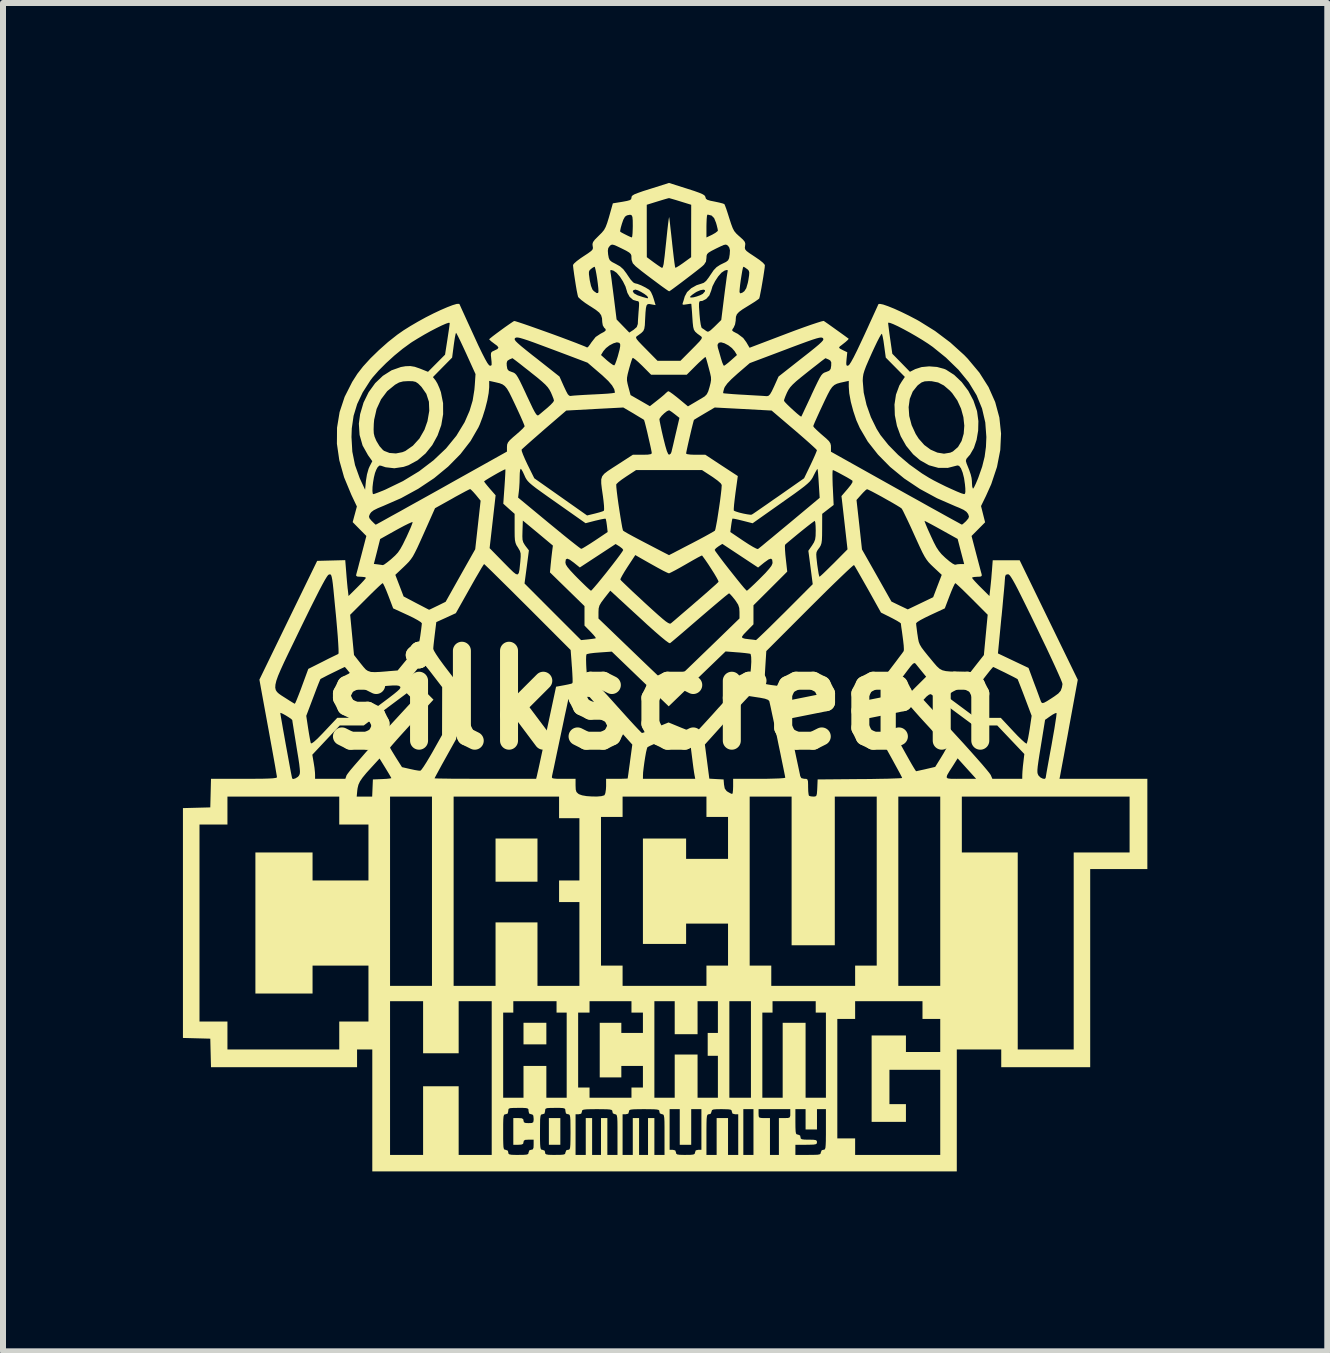
<source format=kicad_pcb>
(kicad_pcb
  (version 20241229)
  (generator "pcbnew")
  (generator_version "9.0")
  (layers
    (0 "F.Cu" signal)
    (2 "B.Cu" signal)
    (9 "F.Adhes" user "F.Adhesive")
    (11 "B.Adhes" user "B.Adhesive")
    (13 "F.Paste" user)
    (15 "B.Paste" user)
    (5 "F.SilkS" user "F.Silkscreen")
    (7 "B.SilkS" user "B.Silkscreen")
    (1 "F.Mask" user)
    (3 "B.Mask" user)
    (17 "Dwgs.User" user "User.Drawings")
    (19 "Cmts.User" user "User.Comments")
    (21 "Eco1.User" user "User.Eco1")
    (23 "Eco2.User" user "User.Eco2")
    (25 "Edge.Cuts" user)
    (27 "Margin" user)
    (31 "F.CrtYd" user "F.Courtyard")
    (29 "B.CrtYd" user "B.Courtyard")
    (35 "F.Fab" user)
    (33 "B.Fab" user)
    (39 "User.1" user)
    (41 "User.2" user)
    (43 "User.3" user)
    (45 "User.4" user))
  (footprint "silkscreen"
    (layer "F.Cu")
    (at 8.008 8.621)
    (property "Reference" "silkscreen" (at 0 0 0) (layer "F.SilkS") (effects (font (size 1.5 1.5) (thickness 0.3))))
    (attr board_only exclude_from_pos_files exclude_from_bom)
    (fp_poly (pts (xy -2.097 2.669) (xy -2.097 3.029) (xy -2.447 3.029) (xy -2.796 3.029) (xy -2.796 2.669) (xy -2.796 2.309) (xy -2.447 2.309) (xy -2.097 2.309)) (stroke (width 0) (type solid)) (fill yes) (layer "F.SilkS"))
    (fp_poly (pts (xy -1.949 5.561) (xy -1.949 5.741) (xy -2.14 5.741) (xy -2.33 5.741) (xy -2.33 5.561) (xy -2.33 5.381) (xy -2.14 5.381) (xy -1.949 5.381)) (stroke (width 0) (type solid)) (fill yes) (layer "F.SilkS"))
    (fp_poly (pts (xy -1.716 7.192) (xy -1.716 7.415) (xy -1.811 7.415) (xy -1.907 7.415) (xy -1.907 7.192) (xy -1.907 6.97) (xy -1.811 6.97) (xy -1.716 6.97)) (stroke (width 0) (type solid)) (fill yes) (layer "F.SilkS"))
    (fp_poly (pts (xy 0.396 -8.526) (xy 0.514 -8.488) (xy 0.598 -8.458) (xy 0.652 -8.435) (xy 0.684 -8.416) (xy 0.699 -8.397) (xy 0.703 -8.384) (xy 0.712 -8.357) (xy 0.737 -8.339) (xy 0.787 -8.324) (xy 0.857 -8.31) (xy 0.932 -8.294) (xy 0.99 -8.279) (xy 1.019 -8.268) (xy 1.019 -8.267) (xy 1.031 -8.241) (xy 1.052 -8.184) (xy 1.078 -8.105) (xy 1.1 -8.035) (xy 1.132 -7.936) (xy 1.158 -7.867) (xy 1.184 -7.818) (xy 1.218 -7.777) (xy 1.264 -7.734) (xy 1.272 -7.728) (xy 1.329 -7.676) (xy 1.359 -7.639) (xy 1.368 -7.606) (xy 1.364 -7.57) (xy 1.36 -7.538) (xy 1.367 -7.512) (xy 1.389 -7.486) (xy 1.434 -7.452) (xy 1.508 -7.403) (xy 1.523 -7.393) (xy 1.605 -7.337) (xy 1.663 -7.29) (xy 1.692 -7.256) (xy 1.694 -7.248) (xy 1.691 -7.209) (xy 1.681 -7.141) (xy 1.668 -7.055) (xy 1.652 -6.96) (xy 1.636 -6.867) (xy 1.62 -6.785) (xy 1.608 -6.724) (xy 1.6 -6.695) (xy 1.6 -6.694) (xy 1.577 -6.676) (xy 1.527 -6.641) (xy 1.457 -6.597) (xy 1.41 -6.568) (xy 1.321 -6.513) (xy 1.263 -6.47) (xy 1.228 -6.432) (xy 1.212 -6.391) (xy 1.208 -6.341) (xy 1.208 -6.327) (xy 1.197 -6.262) (xy 1.174 -6.21) (xy 1.153 -6.18) (xy 1.149 -6.161) (xy 1.169 -6.143) (xy 1.218 -6.117) (xy 1.242 -6.105) (xy 1.333 -6.036) (xy 1.384 -5.967) (xy 1.439 -5.873) (xy 2.046 -6.104) (xy 2.197 -6.161) (xy 2.337 -6.212) (xy 2.459 -6.255) (xy 2.558 -6.288) (xy 2.631 -6.311) (xy 2.671 -6.32) (xy 2.676 -6.32) (xy 2.7 -6.304) (xy 2.749 -6.27) (xy 2.815 -6.223) (xy 2.889 -6.17) (xy 2.963 -6.117) (xy 3.027 -6.071) (xy 3.073 -6.037) (xy 3.091 -6.024) (xy 3.081 -6.007) (xy 3.039 -5.969) (xy 2.968 -5.913) (xy 2.946 -5.897) (xy 2.931 -5.878) (xy 2.944 -5.86) (xy 2.991 -5.835) (xy 3.068 -5.798) (xy 3.056 -5.683) (xy 3.051 -5.617) (xy 3.054 -5.583) (xy 3.067 -5.573) (xy 3.083 -5.575) (xy 3.102 -5.591) (xy 3.132 -5.637) (xy 3.174 -5.713) (xy 3.229 -5.823) (xy 3.298 -5.969) (xy 3.35 -6.08) (xy 3.412 -6.215) (xy 3.445 -6.288) (xy 3.749 -6.288) (xy 3.752 -6.257) (xy 3.76 -6.193) (xy 3.771 -6.107) (xy 3.784 -6.016) (xy 3.819 -5.773) (xy 3.966 -5.623) (xy 4.113 -5.472) (xy 4.201 -5.517) (xy 4.307 -5.551) (xy 4.433 -5.563) (xy 4.564 -5.553) (xy 4.683 -5.521) (xy 4.714 -5.508) (xy 4.85 -5.421) (xy 4.976 -5.301) (xy 5.086 -5.155) (xy 5.172 -4.992) (xy 5.23 -4.821) (xy 5.233 -4.806) (xy 5.254 -4.65) (xy 5.25 -4.491) (xy 5.224 -4.338) (xy 5.179 -4.202) (xy 5.115 -4.091) (xy 5.089 -4.062) (xy 5.054 -4.02) (xy 5.045 -3.986) (xy 5.058 -3.941) (xy 5.061 -3.934) (xy 5.101 -3.834) (xy 5.126 -3.761) (xy 5.14 -3.703) (xy 5.146 -3.649) (xy 5.147 -3.616) (xy 5.151 -3.559) (xy 5.161 -3.528) (xy 5.168 -3.526) (xy 5.184 -3.551) (xy 5.21 -3.605) (xy 5.241 -3.678) (xy 5.253 -3.708) (xy 5.317 -3.891) (xy 5.358 -4.056) (xy 5.38 -4.22) (xy 5.387 -4.385) (xy 5.369 -4.628) (xy 5.315 -4.86) (xy 5.224 -5.082) (xy 5.093 -5.297) (xy 4.923 -5.505) (xy 4.713 -5.709) (xy 4.493 -5.887) (xy 4.413 -5.943) (xy 4.318 -6.004) (xy 4.215 -6.066) (xy 4.109 -6.127) (xy 4.006 -6.183) (xy 3.913 -6.231) (xy 3.835 -6.267) (xy 3.78 -6.288) (xy 3.752 -6.291) (xy 3.749 -6.288) (xy 3.445 -6.288) (xy 3.468 -6.338) (xy 3.516 -6.443) (xy 3.554 -6.526) (xy 3.578 -6.579) (xy 3.586 -6.599) (xy 3.61 -6.605) (xy 3.666 -6.594) (xy 3.747 -6.566) (xy 3.849 -6.525) (xy 3.966 -6.472) (xy 4.093 -6.41) (xy 4.223 -6.342) (xy 4.266 -6.318) (xy 4.531 -6.153) (xy 4.786 -5.961) (xy 5.016 -5.753) (xy 5.076 -5.691) (xy 5.27 -5.459) (xy 5.423 -5.218) (xy 5.534 -4.968) (xy 5.604 -4.709) (xy 5.632 -4.442) (xy 5.619 -4.168) (xy 5.564 -3.886) (xy 5.468 -3.598) (xy 5.38 -3.402) (xy 5.298 -3.234) (xy 5.332 -3.098) (xy 5.366 -2.963) (xy 5.253 -2.849) (xy 5.14 -2.735) (xy 5.219 -2.432) (xy 5.248 -2.322) (xy 5.274 -2.224) (xy 5.294 -2.148) (xy 5.307 -2.101) (xy 5.309 -2.092) (xy 5.309 -2.068) (xy 5.285 -2.057) (xy 5.234 -2.055) (xy 5.18 -2.051) (xy 5.15 -2.042) (xy 5.148 -2.038) (xy 5.162 -2.017) (xy 5.2 -1.974) (xy 5.255 -1.916) (xy 5.293 -1.878) (xy 5.438 -1.734) (xy 5.451 -1.847) (xy 5.459 -1.923) (xy 5.469 -2.022) (xy 5.477 -2.125) (xy 5.479 -2.145) (xy 5.493 -2.33) (xy 5.718 -2.33) (xy 5.942 -2.33) (xy 6.426 -1.334) (xy 6.911 -0.338) (xy 6.77 0.43) (xy 6.738 0.607) (xy 6.707 0.773) (xy 6.68 0.922) (xy 6.656 1.05) (xy 6.637 1.152) (xy 6.624 1.222) (xy 6.618 1.255) (xy 6.606 1.313) (xy 7.339 1.313) (xy 8.071 1.313) (xy 8.071 2.065) (xy 8.071 2.818) (xy 7.595 2.818) (xy 7.118 2.818) (xy 7.118 4.47) (xy 7.118 6.122) (xy 6.376 6.122) (xy 5.635 6.122) (xy 5.635 5.974) (xy 5.635 5.826) (xy 5.264 5.826) (xy 4.894 5.826) (xy 4.894 6.843) (xy 4.894 7.859) (xy 0.021 7.859) (xy -4.851 7.859) (xy -4.851 6.843) (xy -4.851 5.826) (xy -4.978 5.826) (xy -5.105 5.826) (xy -5.105 5.974) (xy -5.105 6.122) (xy -6.323 6.122) (xy -7.54 6.122) (xy -7.546 5.884) (xy -7.552 5.646) (xy -7.78 5.64) (xy -8.008 5.634) (xy -8.008 5.36) (xy -7.732 5.36) (xy -7.499 5.36) (xy -7.266 5.36) (xy -7.266 5.593) (xy -7.266 5.826) (xy -6.334 5.826) (xy -5.402 5.826) (xy -5.402 5.593) (xy -5.402 5.36) (xy -5.158 5.36) (xy -4.915 5.36) (xy -4.915 5.021) (xy -4.555 5.021) (xy -4.555 6.302) (xy -4.555 7.584) (xy -4.279 7.584) (xy -4.004 7.584) (xy -4.004 7.012) (xy -4.004 6.44) (xy -3.707 6.44) (xy -3.411 6.44) (xy -3.411 7.012) (xy -3.411 7.584) (xy -3.135 7.584) (xy -2.86 7.584) (xy -2.86 7.203) (xy -2.669 7.203) (xy -2.669 7.32) (xy -2.667 7.402) (xy -2.664 7.454) (xy -2.657 7.483) (xy -2.646 7.496) (xy -2.63 7.499) (xy -2.627 7.499) (xy -2.591 7.514) (xy -2.584 7.542) (xy -2.581 7.563) (xy -2.565 7.575) (xy -2.527 7.582) (xy -2.46 7.584) (xy -2.415 7.584) (xy -2.331 7.583) (xy -2.28 7.579) (xy -2.255 7.57) (xy -2.246 7.553) (xy -2.246 7.542) (xy -2.231 7.506) (xy -2.203 7.499) (xy -2.175 7.492) (xy -2.163 7.463) (xy -2.161 7.415) (xy -2.161 7.33) (xy -2.246 7.33) (xy -2.301 7.333) (xy -2.325 7.348) (xy -2.33 7.372) (xy -2.337 7.4) (xy -2.366 7.412) (xy -2.415 7.415) (xy -2.5 7.415) (xy -2.5 7.203) (xy -2.055 7.203) (xy -2.055 7.32) (xy -2.053 7.402) (xy -2.049 7.454) (xy -2.042 7.483) (xy -2.032 7.496) (xy -2.016 7.499) (xy -2.013 7.499) (xy -1.977 7.514) (xy -1.97 7.542) (xy -1.967 7.563) (xy -1.95 7.575) (xy -1.913 7.582) (xy -1.845 7.584) (xy -1.801 7.584) (xy -1.462 7.584) (xy -1.377 7.584) (xy -1.292 7.584) (xy -1.292 7.277) (xy -1.292 6.97) (xy -1.239 6.97) (xy -1.186 6.97) (xy -1.186 7.277) (xy -1.186 7.584) (xy -1.112 7.584) (xy -1.038 7.584) (xy -1.038 7.277) (xy -1.038 6.97) (xy -0.985 6.97) (xy -0.932 6.97) (xy -0.932 7.277) (xy -0.932 7.584) (xy -0.847 7.584) (xy -0.763 7.584) (xy -0.678 7.584) (xy -0.593 7.584) (xy -0.508 7.584) (xy -0.508 7.277) (xy -0.508 6.97) (xy -0.455 6.97) (xy -0.403 6.97) (xy -0.403 7.277) (xy -0.403 7.584) (xy -0.328 7.584) (xy -0.254 7.584) (xy -0.254 7.277) (xy -0.254 6.97) (xy -0.201 6.97) (xy -0.148 6.97) (xy -0.148 7.277) (xy -0.148 7.584) (xy -0.064 7.584) (xy 0.021 7.584) (xy 0.021 7.245) (xy 0.021 7.118) (xy 0.02 7.028) (xy 0.017 6.968) (xy 0.011 6.931) (xy 0.002 6.913) (xy -0.011 6.907) (xy -0.021 6.906) (xy -0.057 6.891) (xy -0.064 6.864) (xy -0.066 6.846) (xy -0.078 6.834) (xy -0.107 6.827) (xy -0.16 6.823) (xy -0.243 6.822) (xy -0.318 6.821) (xy 0.106 6.821) (xy 0.106 7.16) (xy 0.106 7.499) (xy 0.159 7.499) (xy 0.2 7.509) (xy 0.212 7.542) (xy 0.216 7.563) (xy 0.233 7.576) (xy 0.272 7.582) (xy 0.342 7.584) (xy 0.371 7.584) (xy 0.72 7.584) (xy 0.805 7.584) (xy 0.89 7.584) (xy 0.89 7.277) (xy 0.89 6.97) (xy 0.985 6.97) (xy 1.08 6.97) (xy 1.08 7.277) (xy 1.08 7.584) (xy 1.165 7.584) (xy 1.25 7.584) (xy 1.25 7.245) (xy 1.25 6.906) (xy 1.197 6.906) (xy 1.155 6.896) (xy 1.144 6.864) (xy 1.14 6.843) (xy 1.124 6.83) (xy 1.087 6.824) (xy 1.019 6.822) (xy 0.974 6.821) (xy 1.335 6.821) (xy 1.335 7.203) (xy 1.335 7.584) (xy 1.419 7.584) (xy 1.504 7.584) (xy 1.504 7.203) (xy 1.504 6.821) (xy 1.589 6.821) (xy 1.589 6.895) (xy 1.591 6.941) (xy 1.605 6.963) (xy 1.642 6.969) (xy 1.684 6.97) (xy 1.779 6.97) (xy 1.779 7.277) (xy 1.779 7.584) (xy 1.854 7.584) (xy 1.928 7.584) (xy 1.928 7.277) (xy 1.928 6.97) (xy 2.023 6.97) (xy 2.082 6.968) (xy 2.109 6.957) (xy 2.118 6.928) (xy 2.118 6.895) (xy 2.118 6.821) (xy 2.203 6.821) (xy 2.203 7.033) (xy 2.204 7.13) (xy 2.207 7.191) (xy 2.213 7.226) (xy 2.225 7.241) (xy 2.243 7.245) (xy 2.246 7.245) (xy 2.281 7.26) (xy 2.288 7.287) (xy 2.292 7.31) (xy 2.311 7.323) (xy 2.355 7.329) (xy 2.426 7.33) (xy 2.5 7.331) (xy 2.542 7.337) (xy 2.56 7.35) (xy 2.563 7.372) (xy 2.56 7.393) (xy 2.544 7.405) (xy 2.508 7.412) (xy 2.443 7.414) (xy 2.383 7.415) (xy 2.203 7.415) (xy 2.203 7.499) (xy 2.203 7.584) (xy 2.415 7.584) (xy 2.511 7.583) (xy 2.573 7.581) (xy 2.608 7.574) (xy 2.623 7.562) (xy 2.627 7.544) (xy 2.627 7.542) (xy 2.642 7.506) (xy 2.669 7.499) (xy 2.685 7.497) (xy 2.696 7.487) (xy 2.704 7.463) (xy 2.708 7.419) (xy 2.711 7.348) (xy 2.711 7.309) (xy 2.902 7.309) (xy 3.051 7.309) (xy 3.199 7.309) (xy 3.199 7.446) (xy 3.199 7.584) (xy 3.909 7.584) (xy 4.618 7.584) (xy 4.618 6.874) (xy 4.618 6.165) (xy 4.194 6.165) (xy 3.771 6.165) (xy 3.771 6.451) (xy 3.771 6.737) (xy 3.909 6.737) (xy 4.046 6.737) (xy 4.046 6.885) (xy 4.046 7.033) (xy 3.76 7.033) (xy 3.474 7.033) (xy 3.474 6.313) (xy 3.474 5.593) (xy 3.76 5.593) (xy 4.046 5.593) (xy 4.046 5.73) (xy 4.046 5.868) (xy 4.332 5.868) (xy 4.618 5.868) (xy 4.618 5.593) (xy 4.618 5.317) (xy 4.47 5.317) (xy 4.322 5.317) (xy 4.322 5.169) (xy 4.322 5.021) (xy 3.76 5.021) (xy 3.199 5.021) (xy 3.199 5.169) (xy 3.199 5.317) (xy 3.051 5.317) (xy 2.902 5.317) (xy 2.902 6.313) (xy 2.902 7.309) (xy 2.711 7.309) (xy 2.712 7.245) (xy 2.712 7.16) (xy 2.712 6.821) (xy 2.637 6.821) (xy 2.563 6.821) (xy 2.563 6.991) (xy 2.563 7.16) (xy 2.468 7.16) (xy 2.373 7.16) (xy 2.373 6.991) (xy 2.373 6.821) (xy 2.288 6.821) (xy 2.203 6.821) (xy 2.118 6.821) (xy 1.854 6.821) (xy 1.589 6.821) (xy 1.504 6.821) (xy 1.419 6.821) (xy 1.335 6.821) (xy 0.974 6.821) (xy 0.89 6.822) (xy 0.839 6.826) (xy 0.814 6.836) (xy 0.806 6.853) (xy 0.805 6.864) (xy 0.79 6.899) (xy 0.763 6.906) (xy 0.747 6.908) (xy 0.735 6.918) (xy 0.728 6.942) (xy 0.723 6.987) (xy 0.721 7.057) (xy 0.72 7.16) (xy 0.72 7.245) (xy 0.72 7.584) (xy 0.371 7.584) (xy 0.452 7.583) (xy 0.5 7.578) (xy 0.522 7.568) (xy 0.529 7.549) (xy 0.53 7.542) (xy 0.542 7.508) (xy 0.583 7.499) (xy 0.636 7.499) (xy 0.636 7.16) (xy 0.636 6.821) (xy 0.551 6.821) (xy 0.466 6.821) (xy 0.466 7.118) (xy 0.466 7.415) (xy 0.371 7.415) (xy 0.275 7.415) (xy 0.275 7.118) (xy 0.275 6.821) (xy 0.191 6.821) (xy 0.106 6.821) (xy -0.318 6.821) (xy -0.425 6.822) (xy -0.497 6.824) (xy -0.541 6.829) (xy -0.563 6.837) (xy -0.571 6.851) (xy -0.572 6.864) (xy -0.584 6.897) (xy -0.625 6.906) (xy -0.678 6.906) (xy -0.678 7.245) (xy -0.678 7.584) (xy -0.763 7.584) (xy -0.763 7.245) (xy -0.763 7.118) (xy -0.764 7.028) (xy -0.767 6.968) (xy -0.773 6.931) (xy -0.782 6.913) (xy -0.794 6.907) (xy -0.805 6.906) (xy -0.84 6.891) (xy -0.847 6.864) (xy -0.85 6.846) (xy -0.862 6.834) (xy -0.891 6.827) (xy -0.943 6.823) (xy -1.027 6.822) (xy -1.102 6.821) (xy -1.209 6.822) (xy -1.281 6.824) (xy -1.325 6.829) (xy -1.347 6.837) (xy -1.355 6.851) (xy -1.356 6.864) (xy -1.368 6.897) (xy -1.409 6.906) (xy -1.462 6.906) (xy -1.462 7.245) (xy -1.462 7.584) (xy -1.801 7.584) (xy -1.716 7.583) (xy -1.666 7.579) (xy -1.64 7.57) (xy -1.632 7.553) (xy -1.631 7.542) (xy -1.616 7.506) (xy -1.589 7.499) (xy -1.572 7.497) (xy -1.56 7.486) (xy -1.553 7.46) (xy -1.549 7.412) (xy -1.547 7.336) (xy -1.546 7.225) (xy -1.546 7.203) (xy -1.547 7.085) (xy -1.548 7.004) (xy -1.552 6.952) (xy -1.559 6.922) (xy -1.57 6.909) (xy -1.586 6.906) (xy -1.589 6.906) (xy -1.622 6.894) (xy -1.631 6.853) (xy -1.633 6.827) (xy -1.644 6.811) (xy -1.673 6.803) (xy -1.729 6.8) (xy -1.801 6.8) (xy -1.885 6.801) (xy -1.935 6.804) (xy -1.96 6.813) (xy -1.969 6.831) (xy -1.97 6.853) (xy -1.98 6.895) (xy -2.013 6.906) (xy -2.029 6.908) (xy -2.041 6.919) (xy -2.048 6.945) (xy -2.053 6.993) (xy -2.054 7.07) (xy -2.055 7.181) (xy -2.055 7.203) (xy -2.5 7.203) (xy -2.5 7.192) (xy -2.5 6.97) (xy -2.415 6.97) (xy -2.36 6.973) (xy -2.335 6.988) (xy -2.33 7.012) (xy -2.323 7.04) (xy -2.294 7.052) (xy -2.246 7.054) (xy -2.191 7.052) (xy -2.167 7.038) (xy -2.161 7.002) (xy -2.161 6.98) (xy -2.166 6.929) (xy -2.184 6.909) (xy -2.203 6.906) (xy -2.236 6.894) (xy -2.246 6.853) (xy -2.247 6.827) (xy -2.259 6.811) (xy -2.288 6.803) (xy -2.344 6.8) (xy -2.415 6.8) (xy -2.499 6.801) (xy -2.549 6.804) (xy -2.575 6.813) (xy -2.583 6.831) (xy -2.584 6.853) (xy -2.594 6.895) (xy -2.627 6.906) (xy -2.644 6.908) (xy -2.655 6.919) (xy -2.663 6.945) (xy -2.667 6.993) (xy -2.669 7.07) (xy -2.669 7.181) (xy -2.669 7.203) (xy -2.86 7.203) (xy -2.86 6.631) (xy -2.669 6.631) (xy -2.5 6.631) (xy -2.33 6.631) (xy -2.33 6.366) (xy -2.33 6.101) (xy -2.14 6.101) (xy -1.949 6.101) (xy -1.949 6.366) (xy -1.949 6.631) (xy -1.779 6.631) (xy -1.61 6.631) (xy -1.61 6.461) (xy -1.419 6.461) (xy -1.324 6.461) (xy -1.229 6.461) (xy -1.229 6.546) (xy -1.229 6.631) (xy -0.879 6.631) (xy -0.53 6.631) (xy -0.53 6.546) (xy -0.53 6.461) (xy -0.434 6.461) (xy -0.339 6.461) (xy -0.339 6.281) (xy -0.339 6.101) (xy -0.519 6.101) (xy -0.699 6.101) (xy -0.699 6.196) (xy -0.699 6.292) (xy -0.879 6.292) (xy -1.059 6.292) (xy -1.059 5.836) (xy -1.059 5.381) (xy -0.879 5.381) (xy -0.699 5.381) (xy -0.699 5.466) (xy -0.699 5.55) (xy -0.519 5.55) (xy -0.339 5.55) (xy -0.339 5.381) (xy -0.339 5.211) (xy -0.434 5.211) (xy -0.53 5.211) (xy -0.53 5.116) (xy -0.53 5.021) (xy -0.148 5.021) (xy -0.148 5.826) (xy -0.148 6.631) (xy 0.021 6.631) (xy 0.191 6.631) (xy 0.191 6.271) (xy 0.191 5.91) (xy 0.381 5.91) (xy 0.572 5.91) (xy 0.572 6.271) (xy 0.572 6.631) (xy 0.741 6.631) (xy 0.911 6.631) (xy 0.911 6.281) (xy 0.911 5.932) (xy 0.826 5.932) (xy 0.741 5.932) (xy 0.741 5.741) (xy 0.741 5.55) (xy 0.826 5.55) (xy 0.911 5.55) (xy 0.911 5.285) (xy 0.911 5.021) (xy 1.102 5.021) (xy 1.102 5.826) (xy 1.102 6.631) (xy 1.282 6.631) (xy 1.462 6.631) (xy 1.652 6.631) (xy 1.822 6.631) (xy 1.991 6.631) (xy 1.991 6.006) (xy 1.991 5.381) (xy 2.182 5.381) (xy 2.373 5.381) (xy 2.373 6.006) (xy 2.373 6.631) (xy 2.542 6.631) (xy 2.712 6.631) (xy 2.712 5.921) (xy 2.712 5.211) (xy 2.627 5.211) (xy 2.542 5.211) (xy 2.542 5.116) (xy 2.542 5.021) (xy 2.182 5.021) (xy 1.822 5.021) (xy 1.822 5.116) (xy 1.822 5.211) (xy 1.737 5.211) (xy 1.652 5.211) (xy 1.652 5.921) (xy 1.652 6.631) (xy 1.462 6.631) (xy 1.462 5.826) (xy 1.462 5.021) (xy 1.282 5.021) (xy 1.102 5.021) (xy 0.911 5.021) (xy 0.741 5.021) (xy 0.572 5.021) (xy 0.572 5.296) (xy 0.572 5.571) (xy 0.381 5.571) (xy 0.191 5.571) (xy 0.191 5.296) (xy 0.191 5.021) (xy 0.021 5.021) (xy -0.148 5.021) (xy -0.53 5.021) (xy -0.879 5.021) (xy -1.229 5.021) (xy -1.229 5.116) (xy -1.229 5.211) (xy -1.324 5.211) (xy -1.419 5.211) (xy -1.419 5.836) (xy -1.419 6.461) (xy -1.61 6.461) (xy -1.61 5.921) (xy -1.61 5.211) (xy -1.695 5.211) (xy -1.779 5.211) (xy -1.779 5.116) (xy -1.779 5.021) (xy -2.14 5.021) (xy -2.5 5.021) (xy -2.5 5.116) (xy -2.5 5.211) (xy -2.584 5.211) (xy -2.669 5.211) (xy -2.669 5.921) (xy -2.669 6.631) (xy -2.86 6.631) (xy -2.86 6.302) (xy -2.86 5.021) (xy -3.135 5.021) (xy -3.411 5.021) (xy -3.411 5.455) (xy -3.411 5.889) (xy -3.707 5.889) (xy -4.004 5.889) (xy -4.004 5.455) (xy -4.004 5.021) (xy -4.279 5.021) (xy -4.555 5.021) (xy -4.915 5.021) (xy -4.915 4.894) (xy -4.915 4.428) (xy -5.381 4.428) (xy -5.847 4.428) (xy -5.847 4.661) (xy -5.847 4.894) (xy -6.324 4.894) (xy -6.8 4.894) (xy -6.8 3.718) (xy -6.8 2.542) (xy -6.324 2.542) (xy -5.847 2.542) (xy -5.847 2.775) (xy -5.847 3.008) (xy -5.381 3.008) (xy -4.915 3.008) (xy -4.915 2.542) (xy -4.915 2.076) (xy -5.158 2.076) (xy -5.402 2.076) (xy -5.402 1.843) (xy -5.402 1.61) (xy -5.111 1.61) (xy -4.982 1.61) (xy -4.853 1.61) (xy -4.555 1.61) (xy -4.555 3.188) (xy -4.555 4.766) (xy -4.205 4.766) (xy -3.856 4.766) (xy -3.856 3.188) (xy -3.856 1.61) (xy -3.495 1.61) (xy -3.495 3.188) (xy -3.495 4.766) (xy -3.146 4.766) (xy -2.796 4.766) (xy -2.796 4.237) (xy -2.796 3.707) (xy -2.447 3.707) (xy -2.097 3.707) (xy -2.097 4.237) (xy -2.097 4.766) (xy -1.748 4.766) (xy -1.398 4.766) (xy -1.398 4.428) (xy -1.038 4.428) (xy -0.858 4.428) (xy -0.678 4.428) (xy -0.678 4.597) (xy -0.678 4.766) (xy 0.021 4.766) (xy 0.72 4.766) (xy 0.72 4.597) (xy 0.72 4.428) (xy 0.9 4.428) (xy 1.08 4.428) (xy 1.08 4.078) (xy 1.08 3.728) (xy 0.731 3.728) (xy 0.381 3.728) (xy 0.381 3.898) (xy 0.381 4.067) (xy 0.021 4.067) (xy -0.339 4.067) (xy -0.339 3.188) (xy -0.339 2.309) (xy 0.021 2.309) (xy 0.381 2.309) (xy 0.381 2.479) (xy 0.381 2.648) (xy 0.731 2.648) (xy 1.08 2.648) (xy 1.08 2.298) (xy 1.08 1.949) (xy 0.9 1.949) (xy 0.72 1.949) (xy 0.72 1.779) (xy 0.72 1.61) (xy 1.441 1.61) (xy 1.441 3.019) (xy 1.441 4.428) (xy 1.621 4.428) (xy 1.801 4.428) (xy 1.801 4.597) (xy 1.801 4.766) (xy 2.5 4.766) (xy 3.199 4.766) (xy 3.199 4.597) (xy 3.199 4.428) (xy 3.379 4.428) (xy 3.559 4.428) (xy 3.559 3.019) (xy 3.559 1.61) (xy 3.919 1.61) (xy 3.919 3.188) (xy 3.919 4.766) (xy 4.269 4.766) (xy 4.618 4.766) (xy 4.618 3.188) (xy 4.618 1.61) (xy 4.978 1.61) (xy 4.978 2.076) (xy 4.978 2.542) (xy 5.444 2.542) (xy 5.91 2.542) (xy 5.91 4.184) (xy 5.91 5.826) (xy 6.376 5.826) (xy 6.843 5.826) (xy 6.843 4.184) (xy 6.843 2.542) (xy 7.309 2.542) (xy 7.775 2.542) (xy 7.775 2.076) (xy 7.775 1.61) (xy 6.376 1.61) (xy 4.978 1.61) (xy 4.618 1.61) (xy 4.269 1.61) (xy 3.919 1.61) (xy 3.559 1.61) (xy 3.209 1.61) (xy 2.86 1.61) (xy 2.86 2.849) (xy 2.86 4.089) (xy 2.5 4.089) (xy 2.14 4.089) (xy 2.14 2.849) (xy 2.14 1.61) (xy 1.79 1.61) (xy 1.441 1.61) (xy 0.72 1.61) (xy 0.021 1.61) (xy -0.678 1.61) (xy -0.678 1.779) (xy -0.678 1.949) (xy -0.858 1.949) (xy -1.038 1.949) (xy -1.038 3.188) (xy -1.038 4.428) (xy -1.398 4.428) (xy -1.398 4.067) (xy -1.398 3.368) (xy -1.568 3.368) (xy -1.737 3.368) (xy -1.737 3.188) (xy -1.737 3.008) (xy -1.568 3.008) (xy -1.398 3.008) (xy -1.398 2.489) (xy -1.398 1.97) (xy -1.568 1.97) (xy -1.737 1.97) (xy -1.737 1.79) (xy -1.737 1.61) (xy -2.616 1.61) (xy -3.495 1.61) (xy -3.856 1.61) (xy -4.205 1.61) (xy -4.555 1.61) (xy -4.853 1.61) (xy -4.847 1.467) (xy -4.841 1.324) (xy -4.687 1.318) (xy -4.613 1.314) (xy -4.558 1.308) (xy -4.534 1.303) (xy -4.533 1.302) (xy -4.544 1.282) (xy -4.572 1.233) (xy -4.612 1.167) (xy -4.632 1.134) (xy -4.73 0.975) (xy -4.859 1.116) (xy -4.949 1.215) (xy -5.013 1.293) (xy -5.056 1.356) (xy -5.082 1.412) (xy -5.096 1.469) (xy -5.101 1.504) (xy -5.111 1.61) (xy -5.402 1.61) (xy -6.334 1.61) (xy -7.266 1.61) (xy -7.266 1.843) (xy -7.266 2.076) (xy -7.499 2.076) (xy -7.732 2.076) (xy -7.732 3.718) (xy -7.732 5.36) (xy -8.008 5.36) (xy -8.008 3.718) (xy -8.008 1.802) (xy -7.78 1.796) (xy -7.552 1.79) (xy -7.546 1.552) (xy -7.54 1.313) (xy -6.99 1.313) (xy -6.815 1.313) (xy -6.679 1.312) (xy -6.577 1.309) (xy -6.507 1.305) (xy -6.463 1.299) (xy -6.443 1.292) (xy -6.44 1.287) (xy -6.444 1.261) (xy -6.455 1.198) (xy -6.471 1.102) (xy -6.493 0.979) (xy -6.519 0.834) (xy -6.549 0.67) (xy -6.581 0.492) (xy -6.587 0.46) (xy -6.632 0.215) (xy -6.385 0.215) (xy -6.382 0.236) (xy -6.373 0.292) (xy -6.358 0.376) (xy -6.34 0.482) (xy -6.318 0.603) (xy -6.295 0.733) (xy -6.271 0.863) (xy -6.248 0.989) (xy -6.227 1.104) (xy -6.209 1.2) (xy -6.195 1.27) (xy -6.187 1.308) (xy -6.168 1.317) (xy -6.132 1.306) (xy -6.093 1.282) (xy -6.077 1.265) (xy -6.066 1.246) (xy -6.059 1.223) (xy -6.057 1.19) (xy -6.061 1.14) (xy -6.069 1.068) (xy -6.084 0.967) (xy -6.093 0.912) (xy -5.851 0.912) (xy -5.828 1.046) (xy -5.815 1.128) (xy -5.807 1.204) (xy -5.805 1.246) (xy -5.805 1.313) (xy -5.552 1.313) (xy -5.3 1.313) (xy -5.28 1.255) (xy -5.261 1.227) (xy -5.217 1.17) (xy -5.149 1.09) (xy -5.06 0.988) (xy -4.955 0.867) (xy -4.889 0.794) (xy -4.555 0.794) (xy -4.544 0.816) (xy -4.515 0.865) (xy -4.474 0.932) (xy -4.455 0.963) (xy -4.356 1.119) (xy -4.217 1.151) (xy -4.142 1.167) (xy -4.081 1.177) (xy -4.05 1.179) (xy -4.03 1.16) (xy -3.995 1.111) (xy -3.947 1.036) (xy -3.892 0.944) (xy -3.854 0.879) (xy -3.688 0.583) (xy -3.687 0.184) (xy -3.686 -0.215) (xy -3.839 -0.414) (xy -3.899 -0.492) (xy -3.951 -0.556) (xy -3.988 -0.599) (xy -4.005 -0.614) (xy -4.025 -0.599) (xy -4.062 -0.561) (xy -4.106 -0.51) (xy -4.149 -0.457) (xy -4.181 -0.413) (xy -4.194 -0.389) (xy -4.194 -0.389) (xy -4.18 -0.368) (xy -4.142 -0.324) (xy -4.085 -0.263) (xy -4.015 -0.191) (xy -4.013 -0.189) (xy -3.831 -0.006) (xy -4.193 0.387) (xy -4.292 0.495) (xy -4.38 0.592) (xy -4.454 0.675) (xy -4.511 0.74) (xy -4.545 0.78) (xy -4.555 0.794) (xy -4.889 0.794) (xy -4.834 0.732) (xy -4.702 0.584) (xy -4.56 0.428) (xy -4.412 0.267) (xy -4.261 0.103) (xy -4.219 0.058) (xy -4.165 -0.001) (xy -4.22 -0.057) (xy -4.276 -0.113) (xy -4.635 0.155) (xy -4.993 0.424) (xy -5.193 0.424) (xy -5.393 0.424) (xy -5.622 0.668) (xy -5.851 0.912) (xy -6.093 0.912) (xy -6.106 0.833) (xy -6.114 0.784) (xy -6.135 0.653) (xy -6.154 0.536) (xy -6.169 0.441) (xy -6.18 0.372) (xy -6.185 0.337) (xy -6.185 0.335) (xy -6.202 0.317) (xy -6.242 0.289) (xy -6.282 0.264) (xy -5.952 0.264) (xy -5.92 0.476) (xy -5.905 0.569) (xy -5.891 0.648) (xy -5.88 0.703) (xy -5.876 0.72) (xy -5.86 0.722) (xy -5.824 0.697) (xy -5.764 0.643) (xy -5.68 0.557) (xy -5.649 0.524) (xy -5.434 0.296) (xy -5.227 0.296) (xy -5.02 0.297) (xy -4.689 0.051) (xy -4.574 -0.035) (xy -4.49 -0.1) (xy -4.433 -0.147) (xy -4.398 -0.18) (xy -4.383 -0.203) (xy -4.384 -0.218) (xy -4.388 -0.224) (xy -4.409 -0.237) (xy -4.445 -0.243) (xy -4.504 -0.243) (xy -4.593 -0.237) (xy -4.64 -0.233) (xy -4.776 -0.221) (xy -4.877 -0.213) (xy -4.951 -0.213) (xy -5.005 -0.221) (xy -5.046 -0.24) (xy -5.083 -0.273) (xy -5.123 -0.32) (xy -5.17 -0.381) (xy -5.226 -0.452) (xy -5.272 -0.509) (xy -5.301 -0.543) (xy -5.31 -0.551) (xy -5.33 -0.542) (xy -5.379 -0.519) (xy -5.446 -0.486) (xy -5.522 -0.449) (xy -5.597 -0.412) (xy -5.66 -0.379) (xy -5.703 -0.357) (xy -5.716 -0.349) (xy -5.725 -0.328) (xy -5.747 -0.275) (xy -5.778 -0.196) (xy -5.815 -0.098) (xy -5.837 -0.04) (xy -5.952 0.264) (xy -6.282 0.264) (xy -6.293 0.257) (xy -6.342 0.23) (xy -6.376 0.215) (xy -6.385 0.215) (xy -6.632 0.215) (xy -6.709 -0.206) (xy -6.469 -0.206) (xy -6.46 -0.166) (xy -6.439 -0.134) (xy -6.408 -0.105) (xy -6.368 -0.077) (xy -6.318 -0.045) (xy -6.305 -0.037) (xy -6.235 0.008) (xy -6.18 0.042) (xy -6.147 0.061) (xy -6.143 0.062) (xy -6.132 0.044) (xy -6.11 -0.007) (xy -6.079 -0.085) (xy -6.042 -0.181) (xy -6.025 -0.228) (xy -5.918 -0.519) (xy -5.677 -0.64) (xy -5.585 -0.687) (xy -5.505 -0.726) (xy -5.447 -0.754) (xy -5.418 -0.768) (xy -5.417 -0.768) (xy -5.413 -0.79) (xy -5.414 -0.85) (xy -5.419 -0.943) (xy -5.427 -1.064) (xy -5.439 -1.209) (xy -5.453 -1.367) (xy -5.458 -1.421) (xy -5.22 -1.421) (xy -5.188 -1.086) (xy -5.156 -0.751) (xy -5.044 -0.608) (xy -4.997 -0.55) (xy -4.959 -0.508) (xy -4.92 -0.482) (xy -4.873 -0.468) (xy -4.808 -0.465) (xy -4.719 -0.469) (xy -4.596 -0.479) (xy -4.59 -0.48) (xy -4.428 -0.493) (xy -4.25 -0.709) (xy -4.177 -0.797) (xy -4.135 -0.851) (xy -3.834 -0.851) (xy -3.822 -0.821) (xy -3.788 -0.764) (xy -3.737 -0.688) (xy -3.673 -0.6) (xy -3.644 -0.561) (xy -3.453 -0.312) (xy -3.453 0.169) (xy -3.453 0.651) (xy -3.633 0.974) (xy -3.692 1.08) (xy -3.742 1.172) (xy -3.781 1.244) (xy -3.806 1.291) (xy -3.813 1.306) (xy -3.793 1.307) (xy -3.734 1.309) (xy -3.643 1.31) (xy -3.522 1.312) (xy -3.377 1.312) (xy -3.212 1.313) (xy -3.032 1.313) (xy -2.966 1.313) (xy -2.119 1.313) (xy -2.113 1.288) (xy -1.857 1.288) (xy -1.85 1.302) (xy -1.825 1.309) (xy -1.775 1.313) (xy -1.691 1.313) (xy -1.663 1.313) (xy -1.462 1.313) (xy -1.462 1.425) (xy -1.459 1.493) (xy -1.447 1.533) (xy -1.42 1.56) (xy -1.403 1.571) (xy -1.353 1.589) (xy -1.278 1.602) (xy -1.191 1.608) (xy -1.105 1.609) (xy -1.033 1.603) (xy -0.986 1.59) (xy -0.979 1.585) (xy -0.965 1.551) (xy -0.956 1.49) (xy -0.953 1.436) (xy -0.953 1.313) (xy -0.773 1.313) (xy -0.339 1.313) (xy 0.097 1.313) (xy 0.533 1.313) (xy 0.522 1.255) (xy 0.514 1.209) (xy 0.503 1.133) (xy 0.491 1.041) (xy 0.485 0.992) (xy 0.459 0.787) (xy 0.351 0.742) (xy 0.694 0.742) (xy 0.731 1.027) (xy 0.768 1.311) (xy 0.887 1.318) (xy 1.006 1.324) (xy 1.013 1.41) (xy 1.025 1.475) (xy 1.056 1.517) (xy 1.076 1.531) (xy 1.121 1.556) (xy 1.149 1.567) (xy 1.149 1.567) (xy 1.158 1.548) (xy 1.163 1.498) (xy 1.165 1.441) (xy 1.165 1.313) (xy 1.599 1.313) (xy 1.73 1.313) (xy 1.845 1.31) (xy 1.937 1.307) (xy 2.002 1.302) (xy 2.032 1.297) (xy 2.034 1.295) (xy 2.03 1.27) (xy 2.018 1.21) (xy 2 1.121) (xy 1.977 1.009) (xy 1.951 0.881) (xy 1.922 0.743) (xy 1.893 0.601) (xy 1.863 0.462) (xy 1.836 0.331) (xy 1.811 0.215) (xy 1.791 0.12) (xy 1.776 0.053) (xy 1.768 0.019) (xy 1.768 0.018) (xy 1.747 -0.003) (xy 1.696 -0.022) (xy 1.609 -0.039) (xy 1.593 -0.041) (xy 1.43 -0.066) (xy 1.313 0.058) (xy 1.259 0.117) (xy 1.185 0.198) (xy 1.097 0.294) (xy 1.004 0.397) (xy 0.946 0.462) (xy 0.694 0.742) (xy 0.351 0.742) (xy 0.274 0.71) (xy 0.089 0.633) (xy -0.077 0.702) (xy -0.156 0.735) (xy -0.219 0.763) (xy -0.257 0.783) (xy -0.263 0.786) (xy -0.273 0.813) (xy -0.287 0.871) (xy -0.301 0.95) (xy -0.315 1.039) (xy -0.327 1.129) (xy -0.336 1.207) (xy -0.338 1.255) (xy -0.339 1.313) (xy -0.773 1.313) (xy -0.692 1.313) (xy -0.629 1.311) (xy -0.596 1.309) (xy -0.593 1.308) (xy -0.59 1.286) (xy -0.582 1.231) (xy -0.571 1.149) (xy -0.557 1.048) (xy -0.554 1.023) (xy -0.516 0.743) (xy -0.863 0.356) (xy -0.96 0.248) (xy -1.048 0.15) (xy -1.123 0.067) (xy -1.181 0.003) (xy -1.217 -0.038) (xy -1.228 -0.05) (xy -1.253 -0.053) (xy -1.307 -0.05) (xy -1.378 -0.045) (xy -1.453 -0.036) (xy -1.521 -0.027) (xy -1.568 -0.018) (xy -1.582 -0.013) (xy -1.587 0.008) (xy -1.599 0.064) (xy -1.618 0.153) (xy -1.643 0.267) (xy -1.671 0.402) (xy -1.703 0.553) (xy -1.714 0.604) (xy -1.747 0.761) (xy -1.778 0.907) (xy -1.805 1.036) (xy -1.827 1.141) (xy -1.844 1.218) (xy -1.853 1.261) (xy -1.854 1.266) (xy -1.857 1.288) (xy -2.113 1.288) (xy -2.105 1.258) (xy -2.098 1.224) (xy -2.082 1.155) (xy -2.06 1.054) (xy -2.033 0.928) (xy -2.001 0.781) (xy -1.967 0.619) (xy -1.939 0.49) (xy -1.787 -0.222) (xy -1.655 -0.246) (xy -1.585 -0.26) (xy -1.534 -0.272) (xy -1.514 -0.28) (xy -1.511 -0.304) (xy -1.512 -0.362) (xy -1.516 -0.445) (xy -1.522 -0.546) (xy -1.524 -0.562) (xy -1.532 -0.676) (xy -1.287 -0.676) (xy -1.285 -0.594) (xy -1.282 -0.531) (xy -1.266 -0.318) (xy -1.206 -0.318) (xy -1.185 -0.314) (xy -1.158 -0.301) (xy -1.124 -0.274) (xy -1.078 -0.231) (xy -1.016 -0.168) (xy -0.936 -0.082) (xy -0.834 0.031) (xy -0.758 0.116) (xy -0.656 0.229) (xy -0.563 0.332) (xy -0.483 0.419) (xy -0.419 0.487) (xy -0.375 0.532) (xy -0.356 0.55) (xy -0.355 0.55) (xy -0.33 0.543) (xy -0.275 0.522) (xy -0.198 0.492) (xy -0.126 0.462) (xy 0.088 0.374) (xy 0.304 0.463) (xy 0.392 0.498) (xy 0.465 0.527) (xy 0.515 0.546) (xy 0.532 0.551) (xy 0.549 0.536) (xy 0.591 0.493) (xy 0.653 0.426) (xy 0.732 0.34) (xy 0.824 0.239) (xy 0.925 0.126) (xy 0.934 0.117) (xy 1.052 -0.015) (xy 1.146 -0.118) (xy 1.219 -0.196) (xy 1.275 -0.251) (xy 1.317 -0.288) (xy 1.348 -0.308) (xy 1.371 -0.317) (xy 1.38 -0.318) (xy 1.417 -0.322) (xy 1.43 -0.337) (xy 1.693 -0.337) (xy 1.697 -0.286) (xy 1.707 -0.267) (xy 1.74 -0.26) (xy 1.8 -0.25) (xy 1.847 -0.244) (xy 1.964 -0.229) (xy 2.119 0.495) (xy 2.155 0.666) (xy 2.19 0.825) (xy 2.22 0.967) (xy 2.246 1.088) (xy 2.266 1.182) (xy 2.279 1.243) (xy 2.283 1.266) (xy 2.302 1.302) (xy 2.347 1.313) (xy 2.354 1.313) (xy 2.387 1.315) (xy 2.405 1.327) (xy 2.413 1.358) (xy 2.415 1.418) (xy 2.415 1.448) (xy 2.417 1.52) (xy 2.423 1.573) (xy 2.429 1.596) (xy 2.459 1.606) (xy 2.502 1.61) (xy 2.534 1.608) (xy 2.552 1.596) (xy 2.561 1.565) (xy 2.566 1.504) (xy 2.568 1.467) (xy 2.574 1.324) (xy 3.278 1.318) (xy 3.446 1.317) (xy 3.6 1.314) (xy 3.734 1.312) (xy 3.844 1.308) (xy 3.925 1.305) (xy 3.973 1.302) (xy 3.983 1.299) (xy 3.978 1.288) (xy 4.724 1.288) (xy 4.743 1.307) (xy 4.795 1.313) (xy 4.884 1.314) (xy 4.959 1.313) (xy 5.216 1.313) (xy 5.062 1.143) (xy 4.908 0.972) (xy 4.829 1.098) (xy 4.77 1.189) (xy 4.734 1.251) (xy 4.724 1.288) (xy 3.978 1.288) (xy 3.973 1.277) (xy 3.946 1.224) (xy 3.904 1.147) (xy 3.852 1.052) (xy 3.803 0.962) (xy 3.623 0.639) (xy 3.623 0.596) (xy 3.877 0.596) (xy 4.041 0.891) (xy 4.097 0.991) (xy 4.146 1.077) (xy 4.185 1.142) (xy 4.209 1.179) (xy 4.216 1.187) (xy 4.24 1.182) (xy 4.294 1.17) (xy 4.368 1.154) (xy 4.38 1.151) (xy 4.534 1.115) (xy 4.629 0.962) (xy 4.672 0.891) (xy 4.705 0.832) (xy 4.723 0.796) (xy 4.724 0.791) (xy 4.71 0.77) (xy 4.672 0.723) (xy 4.612 0.654) (xy 4.535 0.568) (xy 4.446 0.468) (xy 4.375 0.391) (xy 4.278 0.285) (xy 4.192 0.188) (xy 4.119 0.105) (xy 4.065 0.042) (xy 4.033 0.001) (xy 4.03 -0.003) (xy 4.339 -0.003) (xy 4.886 0.593) (xy 5.01 0.728) (xy 5.125 0.856) (xy 5.229 0.973) (xy 5.318 1.074) (xy 5.388 1.157) (xy 5.436 1.216) (xy 5.459 1.249) (xy 5.46 1.251) (xy 5.487 1.313) (xy 5.736 1.313) (xy 5.985 1.313) (xy 5.986 1.245) (xy 5.989 1.186) (xy 5.991 1.165) (xy 6.238 1.165) (xy 6.238 1.204) (xy 6.243 1.231) (xy 6.253 1.252) (xy 6.258 1.261) (xy 6.291 1.293) (xy 6.331 1.312) (xy 6.364 1.314) (xy 6.376 1.296) (xy 6.38 1.272) (xy 6.39 1.211) (xy 6.406 1.121) (xy 6.427 1.006) (xy 6.451 0.872) (xy 6.473 0.754) (xy 6.498 0.61) (xy 6.521 0.48) (xy 6.538 0.37) (xy 6.551 0.286) (xy 6.557 0.232) (xy 6.557 0.216) (xy 6.535 0.22) (xy 6.49 0.244) (xy 6.456 0.267) (xy 6.366 0.33) (xy 6.295 0.769) (xy 6.271 0.916) (xy 6.254 1.027) (xy 6.243 1.108) (xy 6.238 1.165) (xy 5.991 1.165) (xy 5.996 1.106) (xy 6.004 1.038) (xy 6.02 0.9) (xy 5.794 0.662) (xy 5.568 0.424) (xy 5.372 0.424) (xy 5.176 0.424) (xy 4.83 0.168) (xy 4.724 0.089) (xy 4.629 0.02) (xy 4.55 -0.037) (xy 4.492 -0.077) (xy 4.462 -0.097) (xy 4.46 -0.098) (xy 4.431 -0.09) (xy 4.391 -0.059) (xy 4.387 -0.055) (xy 4.339 -0.003) (xy 4.03 -0.003) (xy 4.026 -0.011) (xy 4.04 -0.034) (xy 4.078 -0.079) (xy 4.135 -0.141) (xy 4.204 -0.211) (xy 4.573 -0.211) (xy 4.581 -0.191) (xy 4.607 -0.163) (xy 4.654 -0.122) (xy 4.726 -0.065) (xy 4.828 0.012) (xy 4.881 0.051) (xy 5.212 0.297) (xy 5.419 0.297) (xy 5.627 0.297) (xy 5.835 0.52) (xy 5.91 0.599) (xy 5.975 0.662) (xy 6.025 0.707) (xy 6.054 0.727) (xy 6.059 0.727) (xy 6.068 0.7) (xy 6.082 0.641) (xy 6.097 0.558) (xy 6.109 0.486) (xy 6.142 0.263) (xy 6.028 -0.04) (xy 5.988 -0.145) (xy 5.953 -0.235) (xy 5.926 -0.304) (xy 5.91 -0.343) (xy 5.906 -0.349) (xy 5.885 -0.361) (xy 5.836 -0.387) (xy 5.768 -0.421) (xy 5.693 -0.459) (xy 5.618 -0.495) (xy 5.555 -0.526) (xy 5.513 -0.546) (xy 5.5 -0.551) (xy 5.485 -0.535) (xy 5.449 -0.493) (xy 5.4 -0.431) (xy 5.361 -0.381) (xy 5.312 -0.317) (xy 5.272 -0.27) (xy 5.235 -0.239) (xy 5.193 -0.22) (xy 5.138 -0.212) (xy 5.063 -0.214) (xy 4.96 -0.221) (xy 4.83 -0.233) (xy 4.726 -0.242) (xy 4.656 -0.244) (xy 4.612 -0.24) (xy 4.586 -0.23) (xy 4.579 -0.224) (xy 4.573 -0.211) (xy 4.204 -0.211) (xy 4.204 -0.211) (xy 4.383 -0.389) (xy 4.315 -0.472) (xy 4.268 -0.53) (xy 4.227 -0.581) (xy 4.214 -0.597) (xy 4.199 -0.613) (xy 4.183 -0.616) (xy 4.161 -0.602) (xy 4.128 -0.566) (xy 4.079 -0.503) (xy 4.029 -0.437) (xy 3.877 -0.234) (xy 3.877 0.181) (xy 3.877 0.596) (xy 3.623 0.596) (xy 3.623 0.167) (xy 3.623 -0.304) (xy 3.809 -0.549) (xy 3.877 -0.638) (xy 3.935 -0.716) (xy 3.98 -0.775) (xy 4.005 -0.811) (xy 4.009 -0.816) (xy 4.012 -0.846) (xy 4.009 -0.907) (xy 4 -0.989) (xy 3.992 -1.05) (xy 3.98 -1.14) (xy 3.969 -1.214) (xy 3.963 -1.263) (xy 3.962 -1.276) (xy 3.958 -1.28) (xy 4.216 -1.28) (xy 4.218 -1.247) (xy 4.226 -1.185) (xy 4.236 -1.105) (xy 4.239 -1.088) (xy 4.249 -1.021) (xy 4.26 -0.969) (xy 4.278 -0.924) (xy 4.307 -0.875) (xy 4.352 -0.815) (xy 4.417 -0.734) (xy 4.44 -0.707) (xy 4.509 -0.623) (xy 4.561 -0.563) (xy 4.607 -0.521) (xy 4.654 -0.496) (xy 4.712 -0.482) (xy 4.79 -0.475) (xy 4.896 -0.472) (xy 4.971 -0.47) (xy 5.123 -0.466) (xy 5.234 -0.608) (xy 5.346 -0.75) (xy 5.348 -0.777) (xy 5.58 -0.777) (xy 5.835 -0.656) (xy 6.09 -0.535) (xy 6.183 -0.283) (xy 6.221 -0.183) (xy 6.254 -0.093) (xy 6.279 -0.024) (xy 6.294 0.016) (xy 6.294 0.017) (xy 6.306 0.041) (xy 6.322 0.051) (xy 6.349 0.045) (xy 6.394 0.021) (xy 6.464 -0.023) (xy 6.52 -0.06) (xy 6.587 -0.109) (xy 6.626 -0.154) (xy 6.647 -0.211) (xy 6.656 -0.266) (xy 6.649 -0.293) (xy 6.624 -0.355) (xy 6.584 -0.446) (xy 6.531 -0.564) (xy 6.466 -0.704) (xy 6.392 -0.862) (xy 6.309 -1.034) (xy 6.228 -1.203) (xy 6.126 -1.413) (xy 6.04 -1.588) (xy 5.969 -1.731) (xy 5.912 -1.845) (xy 5.866 -1.933) (xy 5.829 -1.999) (xy 5.801 -2.045) (xy 5.78 -2.075) (xy 5.763 -2.091) (xy 5.75 -2.097) (xy 5.746 -2.097) (xy 5.711 -2.088) (xy 5.698 -2.052) (xy 5.698 -2.039) (xy 5.695 -2.003) (xy 5.69 -1.931) (xy 5.681 -1.829) (xy 5.669 -1.703) (xy 5.656 -1.558) (xy 5.641 -1.402) (xy 5.638 -1.379) (xy 5.58 -0.777) (xy 5.348 -0.777) (xy 5.377 -1.086) (xy 5.409 -1.422) (xy 5.146 -1.686) (xy 5.06 -1.771) (xy 4.985 -1.845) (xy 4.924 -1.902) (xy 4.884 -1.938) (xy 4.869 -1.949) (xy 4.856 -1.93) (xy 4.832 -1.88) (xy 4.801 -1.807) (xy 4.774 -1.738) (xy 4.694 -1.528) (xy 4.455 -1.417) (xy 4.364 -1.373) (xy 4.288 -1.333) (xy 4.237 -1.301) (xy 4.216 -1.281) (xy 4.216 -1.28) (xy 3.958 -1.28) (xy 3.944 -1.292) (xy 3.897 -1.321) (xy 3.829 -1.358) (xy 3.796 -1.375) (xy 3.63 -1.458) (xy 3.413 -1.847) (xy 3.347 -1.963) (xy 3.288 -2.067) (xy 3.239 -2.153) (xy 3.203 -2.215) (xy 3.183 -2.247) (xy 3.18 -2.25) (xy 3.163 -2.239) (xy 3.119 -2.2) (xy 3.051 -2.137) (xy 2.962 -2.052) (xy 2.854 -1.948) (xy 2.732 -1.829) (xy 2.598 -1.696) (xy 2.454 -1.553) (xy 2.442 -1.541) (xy 1.718 -0.816) (xy 1.701 -0.546) (xy 1.694 -0.422) (xy 1.693 -0.337) (xy 1.43 -0.337) (xy 1.437 -0.343) (xy 1.447 -0.393) (xy 1.449 -0.408) (xy 1.462 -0.534) (xy 1.468 -0.638) (xy 1.466 -0.717) (xy 1.458 -0.762) (xy 1.45 -0.771) (xy 1.419 -0.776) (xy 1.357 -0.784) (xy 1.274 -0.792) (xy 1.232 -0.795) (xy 1.039 -0.81) (xy 0.565 -0.353) (xy 0.091 0.105) (xy -0.384 -0.351) (xy -0.858 -0.807) (xy -1.059 -0.793) (xy -1.148 -0.786) (xy -1.221 -0.777) (xy -1.268 -0.767) (xy -1.279 -0.763) (xy -1.285 -0.735) (xy -1.287 -0.676) (xy -1.532 -0.676) (xy -1.544 -0.834) (xy -2.26 -1.551) (xy -2.404 -1.694) (xy -2.538 -1.828) (xy -2.661 -1.949) (xy -2.768 -2.055) (xy -2.857 -2.143) (xy -2.925 -2.209) (xy -2.969 -2.251) (xy -2.987 -2.267) (xy -2.987 -2.267) (xy -3 -2.249) (xy -3.031 -2.2) (xy -3.075 -2.124) (xy -3.132 -2.027) (xy -3.196 -1.914) (xy -3.228 -1.857) (xy -3.458 -1.448) (xy -3.621 -1.373) (xy -3.784 -1.299) (xy -3.809 -1.096) (xy -3.82 -1.003) (xy -3.829 -0.923) (xy -3.834 -0.867) (xy -3.834 -0.851) (xy -4.135 -0.851) (xy -4.127 -0.861) (xy -4.094 -0.912) (xy -4.073 -0.957) (xy -4.061 -1.006) (xy -4.051 -1.068) (xy -4.048 -1.089) (xy -4.037 -1.17) (xy -4.029 -1.237) (xy -4.025 -1.277) (xy -4.025 -1.28) (xy -4.043 -1.299) (xy -4.093 -1.331) (xy -4.166 -1.371) (xy -4.257 -1.415) (xy -4.264 -1.418) (xy -4.503 -1.528) (xy -4.583 -1.739) (xy -4.617 -1.825) (xy -4.647 -1.894) (xy -4.669 -1.938) (xy -4.678 -1.949) (xy -4.697 -1.935) (xy -4.741 -1.895) (xy -4.804 -1.835) (xy -4.882 -1.759) (xy -4.956 -1.685) (xy -5.22 -1.421) (xy -5.458 -1.421) (xy -5.472 -1.562) (xy -5.487 -1.719) (xy -5.499 -1.843) (xy -5.509 -1.936) (xy -5.518 -2.003) (xy -5.527 -2.049) (xy -5.535 -2.076) (xy -5.544 -2.091) (xy -5.554 -2.095) (xy -5.566 -2.094) (xy -5.573 -2.093) (xy -5.588 -2.083) (xy -5.61 -2.053) (xy -5.641 -2.002) (xy -5.683 -1.926) (xy -5.737 -1.824) (xy -5.803 -1.693) (xy -5.885 -1.53) (xy -5.982 -1.332) (xy -6.048 -1.197) (xy -6.155 -0.975) (xy -6.246 -0.788) (xy -6.32 -0.633) (xy -6.378 -0.506) (xy -6.422 -0.403) (xy -6.451 -0.321) (xy -6.466 -0.256) (xy -6.469 -0.206) (xy -6.709 -0.206) (xy -6.733 -0.34) (xy -6.252 -1.33) (xy -5.77 -2.32) (xy -5.536 -2.326) (xy -5.302 -2.332) (xy -5.287 -2.146) (xy -5.279 -2.044) (xy -5.27 -1.942) (xy -5.262 -1.86) (xy -5.26 -1.847) (xy -5.247 -1.734) (xy -5.102 -1.878) (xy -5.04 -1.941) (xy -4.991 -1.994) (xy -4.962 -2.029) (xy -4.957 -2.038) (xy -4.976 -2.049) (xy -5.023 -2.054) (xy -5.043 -2.055) (xy -5.098 -2.058) (xy -5.12 -2.07) (xy -5.119 -2.087) (xy -4.467 -2.087) (xy -4.398 -1.907) (xy -4.329 -1.727) (xy -4.119 -1.616) (xy -4.034 -1.572) (xy -3.965 -1.536) (xy -3.919 -1.512) (xy -3.904 -1.505) (xy -3.884 -1.513) (xy -3.836 -1.536) (xy -3.77 -1.568) (xy -3.763 -1.571) (xy -3.628 -1.638) (xy -3.382 -2.076) (xy -3.135 -2.514) (xy -3.09 -2.918) (xy -3.045 -3.323) (xy -3.124 -3.42) (xy -3.169 -3.471) (xy -3.205 -3.507) (xy -3.22 -3.517) (xy -3.243 -3.507) (xy -3.296 -3.48) (xy -3.372 -3.439) (xy -3.466 -3.388) (xy -3.52 -3.357) (xy -3.805 -3.198) (xy -3.991 -2.78) (xy -4.053 -2.642) (xy -4.102 -2.535) (xy -4.142 -2.455) (xy -4.175 -2.394) (xy -4.208 -2.346) (xy -4.242 -2.304) (xy -4.283 -2.262) (xy -4.322 -2.224) (xy -4.467 -2.087) (xy -5.119 -2.087) (xy -5.119 -2.092) (xy -5.11 -2.125) (xy -5.092 -2.191) (xy -5.072 -2.269) (xy -4.825 -2.269) (xy -4.758 -2.261) (xy -4.706 -2.254) (xy -4.674 -2.249) (xy -4.651 -2.26) (xy -4.604 -2.294) (xy -4.544 -2.342) (xy -4.527 -2.357) (xy -4.469 -2.41) (xy -4.423 -2.46) (xy -4.383 -2.519) (xy -4.341 -2.595) (xy -4.29 -2.7) (xy -4.285 -2.709) (xy -4.243 -2.802) (xy -4.208 -2.881) (xy -4.186 -2.939) (xy -4.178 -2.966) (xy -4.178 -2.967) (xy -4.197 -2.963) (xy -4.247 -2.941) (xy -4.32 -2.905) (xy -4.41 -2.857) (xy -4.452 -2.834) (xy -4.72 -2.684) (xy -4.772 -2.477) (xy -4.825 -2.269) (xy -5.072 -2.269) (xy -5.069 -2.281) (xy -5.041 -2.386) (xy -5.029 -2.432) (xy -4.95 -2.735) (xy -5.064 -2.85) (xy -5.178 -2.966) (xy -5.152 -3.064) (xy -4.906 -3.064) (xy -4.9 -3.033) (xy -4.868 -2.993) (xy -4.86 -2.985) (xy -4.821 -2.946) (xy -4.797 -2.925) (xy -4.794 -2.923) (xy -4.774 -2.933) (xy -4.721 -2.962) (xy -4.638 -3.008) (xy -4.527 -3.07) (xy -4.392 -3.144) (xy -4.237 -3.231) (xy -4.064 -3.327) (xy -3.877 -3.431) (xy -3.696 -3.532) (xy -3.495 -3.645) (xy -2.987 -3.645) (xy -2.974 -3.624) (xy -2.94 -3.581) (xy -2.892 -3.524) (xy -2.891 -3.523) (xy -2.795 -3.413) (xy -2.845 -2.972) (xy -2.895 -2.532) (xy -2.661 -2.293) (xy -2.568 -2.199) (xy -2.501 -2.134) (xy -2.456 -2.099) (xy -2.426 -2.094) (xy -2.408 -2.119) (xy -2.397 -2.174) (xy -2.388 -2.261) (xy -2.383 -2.308) (xy -2.377 -2.39) (xy -2.378 -2.444) (xy -2.39 -2.486) (xy -2.416 -2.531) (xy -2.423 -2.543) (xy -2.448 -2.582) (xy -2.463 -2.62) (xy -2.473 -2.667) (xy -2.477 -2.73) (xy -2.349 -2.73) (xy -2.346 -2.671) (xy -2.334 -2.629) (xy -2.312 -2.591) (xy -2.297 -2.569) (xy -2.24 -2.495) (xy -2.276 -2.219) (xy -2.313 -1.943) (xy -1.842 -1.471) (xy -1.37 -0.999) (xy -1.252 -1.011) (xy -1.186 -1.019) (xy -1.139 -1.026) (xy -1.124 -1.031) (xy -1.133 -1.049) (xy -1.165 -1.088) (xy -1.214 -1.14) (xy -1.214 -1.14) (xy -1.313 -1.241) (xy -1.313 -1.359) (xy -1.08 -1.359) (xy -0.495 -0.796) (xy -0.365 -0.671) (xy -0.244 -0.555) (xy -0.136 -0.452) (xy -0.045 -0.365) (xy 0.027 -0.298) (xy 0.076 -0.253) (xy 0.098 -0.234) (xy 0.099 -0.233) (xy 0.115 -0.247) (xy 0.159 -0.288) (xy 0.227 -0.352) (xy 0.314 -0.435) (xy 0.419 -0.535) (xy 0.537 -0.649) (xy 0.666 -0.774) (xy 0.689 -0.796) (xy 0.958 -1.056) (xy 1.313 -1.056) (xy 1.319 -1.035) (xy 1.362 -1.022) (xy 1.443 -1.012) (xy 1.462 -1.01) (xy 1.514 -1.004) (xy 1.545 -0.999) (xy 1.546 -0.999) (xy 1.563 -1.013) (xy 1.606 -1.053) (xy 1.672 -1.116) (xy 1.757 -1.198) (xy 1.856 -1.296) (xy 1.967 -1.406) (xy 2.025 -1.463) (xy 2.492 -1.931) (xy 2.456 -2.209) (xy 2.427 -2.43) (xy 2.551 -2.43) (xy 2.554 -2.376) (xy 2.563 -2.294) (xy 2.567 -2.257) (xy 2.58 -2.171) (xy 2.591 -2.103) (xy 2.601 -2.062) (xy 2.605 -2.055) (xy 2.623 -2.069) (xy 2.666 -2.108) (xy 2.727 -2.167) (xy 2.802 -2.241) (xy 2.845 -2.283) (xy 3.072 -2.512) (xy 3.022 -2.956) (xy 2.979 -3.335) (xy 3.222 -3.335) (xy 3.268 -2.923) (xy 3.313 -2.511) (xy 3.559 -2.077) (xy 3.804 -1.642) (xy 3.94 -1.576) (xy 4.077 -1.511) (xy 4.288 -1.612) (xy 4.5 -1.714) (xy 4.571 -1.9) (xy 4.643 -2.087) (xy 4.507 -2.214) (xy 4.461 -2.258) (xy 4.423 -2.298) (xy 4.39 -2.341) (xy 4.357 -2.393) (xy 4.321 -2.46) (xy 4.278 -2.55) (xy 4.224 -2.668) (xy 4.185 -2.754) (xy 4.129 -2.878) (xy 4.078 -2.987) (xy 4.356 -2.987) (xy 4.361 -2.969) (xy 4.38 -2.92) (xy 4.411 -2.846) (xy 4.452 -2.756) (xy 4.46 -2.738) (xy 4.511 -2.629) (xy 4.553 -2.549) (xy 4.594 -2.487) (xy 4.638 -2.433) (xy 4.695 -2.378) (xy 4.707 -2.367) (xy 4.771 -2.313) (xy 4.825 -2.274) (xy 4.862 -2.256) (xy 4.869 -2.256) (xy 4.91 -2.264) (xy 4.957 -2.267) (xy 5.017 -2.267) (xy 4.962 -2.477) (xy 4.908 -2.686) (xy 4.637 -2.837) (xy 4.541 -2.89) (xy 4.458 -2.935) (xy 4.396 -2.968) (xy 4.361 -2.985) (xy 4.356 -2.987) (xy 4.078 -2.987) (xy 4.077 -2.989) (xy 4.032 -3.082) (xy 3.999 -3.15) (xy 3.978 -3.188) (xy 3.975 -3.192) (xy 3.948 -3.212) (xy 3.893 -3.246) (xy 3.818 -3.29) (xy 3.731 -3.339) (xy 3.641 -3.39) (xy 3.554 -3.437) (xy 3.479 -3.477) (xy 3.424 -3.504) (xy 3.397 -3.515) (xy 3.397 -3.515) (xy 3.374 -3.499) (xy 3.334 -3.46) (xy 3.301 -3.424) (xy 3.222 -3.335) (xy 2.979 -3.335) (xy 2.971 -3.4) (xy 3.074 -3.52) (xy 3.128 -3.587) (xy 3.154 -3.63) (xy 3.155 -3.655) (xy 3.151 -3.659) (xy 3.117 -3.681) (xy 3.061 -3.714) (xy 2.993 -3.751) (xy 2.925 -3.788) (xy 2.868 -3.817) (xy 2.833 -3.833) (xy 2.827 -3.834) (xy 2.823 -3.814) (xy 2.821 -3.76) (xy 2.822 -3.678) (xy 2.825 -3.577) (xy 2.827 -3.543) (xy 2.841 -3.252) (xy 2.745 -3.178) (xy 2.65 -3.104) (xy 2.649 -2.851) (xy 2.648 -2.743) (xy 2.645 -2.667) (xy 2.638 -2.616) (xy 2.626 -2.579) (xy 2.608 -2.547) (xy 2.595 -2.53) (xy 2.571 -2.496) (xy 2.556 -2.466) (xy 2.551 -2.43) (xy 2.427 -2.43) (xy 2.419 -2.488) (xy 2.481 -2.577) (xy 2.513 -2.629) (xy 2.532 -2.677) (xy 2.54 -2.737) (xy 2.542 -2.824) (xy 2.542 -2.827) (xy 2.54 -2.903) (xy 2.535 -2.96) (xy 2.527 -2.986) (xy 2.525 -2.987) (xy 2.506 -2.974) (xy 2.46 -2.94) (xy 2.397 -2.891) (xy 2.322 -2.831) (xy 2.243 -2.767) (xy 2.168 -2.705) (xy 2.102 -2.65) (xy 2.053 -2.609) (xy 2.031 -2.588) (xy 2.028 -2.562) (xy 2.03 -2.504) (xy 2.036 -2.423) (xy 2.043 -2.357) (xy 2.067 -2.141) (xy 1.786 -1.86) (xy 1.504 -1.579) (xy 1.504 -1.42) (xy 1.504 -1.262) (xy 1.395 -1.151) (xy 1.339 -1.093) (xy 1.313 -1.056) (xy 0.958 -1.056) (xy 1.271 -1.36) (xy 1.271 -1.466) (xy 1.267 -1.534) (xy 1.249 -1.589) (xy 1.211 -1.649) (xy 1.192 -1.675) (xy 1.148 -1.729) (xy 1.113 -1.767) (xy 1.097 -1.779) (xy 1.078 -1.765) (xy 1.031 -1.728) (xy 0.96 -1.669) (xy 0.87 -1.593) (xy 0.764 -1.503) (xy 0.646 -1.402) (xy 0.61 -1.371) (xy 0.489 -1.267) (xy 0.378 -1.171) (xy 0.281 -1.088) (xy 0.202 -1.021) (xy 0.145 -0.973) (xy 0.115 -0.949) (xy 0.112 -0.946) (xy 0.088 -0.956) (xy 0.037 -0.993) (xy -0.042 -1.058) (xy -0.145 -1.147) (xy -0.271 -1.26) (xy -0.343 -1.327) (xy -0.459 -1.433) (xy -0.567 -1.532) (xy -0.662 -1.62) (xy -0.741 -1.692) (xy -0.797 -1.745) (xy -0.828 -1.772) (xy -0.828 -1.773) (xy -0.883 -1.823) (xy -0.982 -1.697) (xy -1.034 -1.627) (xy -1.064 -1.575) (xy -1.077 -1.527) (xy -1.08 -1.468) (xy -1.08 -1.465) (xy -1.08 -1.359) (xy -1.313 -1.359) (xy -1.313 -1.403) (xy -1.313 -1.566) (xy -1.601 -1.847) (xy -1.889 -2.128) (xy -1.876 -2.266) (xy -1.873 -2.292) (xy -1.631 -2.292) (xy -1.624 -2.26) (xy -1.598 -2.218) (xy -1.55 -2.16) (xy -1.477 -2.082) (xy -1.425 -2.029) (xy -1.349 -1.954) (xy -1.284 -1.891) (xy -1.234 -1.845) (xy -1.207 -1.823) (xy -1.204 -1.822) (xy -1.187 -1.838) (xy -1.148 -1.882) (xy -1.091 -1.949) (xy -1.043 -2.008) (xy -0.715 -2.008) (xy -0.699 -1.989) (xy -0.655 -1.946) (xy -0.588 -1.882) (xy -0.503 -1.801) (xy -0.403 -1.709) (xy -0.308 -1.62) (xy -0.183 -1.506) (xy -0.085 -1.418) (xy -0.011 -1.354) (xy 0.043 -1.31) (xy 0.081 -1.285) (xy 0.107 -1.274) (xy 0.123 -1.275) (xy 0.126 -1.277) (xy 0.151 -1.298) (xy 0.203 -1.342) (xy 0.277 -1.406) (xy 0.368 -1.484) (xy 0.472 -1.573) (xy 0.534 -1.627) (xy 0.641 -1.719) (xy 0.737 -1.803) (xy 0.818 -1.875) (xy 0.879 -1.929) (xy 0.914 -1.963) (xy 0.922 -1.971) (xy 0.915 -1.993) (xy 0.889 -2.042) (xy 0.849 -2.11) (xy 0.8 -2.187) (xy 0.749 -2.266) (xy 0.699 -2.339) (xy 0.656 -2.398) (xy 0.646 -2.41) (xy 0.627 -2.402) (xy 0.578 -2.377) (xy 0.506 -2.337) (xy 0.417 -2.286) (xy 0.379 -2.264) (xy 0.284 -2.21) (xy 0.201 -2.164) (xy 0.137 -2.131) (xy 0.101 -2.114) (xy 0.095 -2.112) (xy 0.066 -2.123) (xy 0.000342 -2.155) (xy -0.101 -2.21) (xy -0.237 -2.286) (xy -0.376 -2.365) (xy -0.466 -2.417) (xy -0.594 -2.222) (xy -0.645 -2.142) (xy -0.685 -2.074) (xy -0.71 -2.026) (xy -0.715 -2.008) (xy -1.043 -2.008) (xy -1.021 -2.035) (xy -0.941 -2.134) (xy -0.928 -2.151) (xy -0.848 -2.253) (xy -0.778 -2.344) (xy -0.722 -2.419) (xy -0.684 -2.473) (xy -0.668 -2.5) (xy -0.667 -2.501) (xy -0.684 -2.526) (xy -0.724 -2.557) (xy -0.731 -2.562) (xy -0.794 -2.601) (xy -1.093 -2.405) (xy -1.391 -2.21) (xy -1.492 -2.291) (xy -1.559 -2.34) (xy -1.601 -2.357) (xy -1.624 -2.344) (xy -1.631 -2.3) (xy -1.631 -2.292) (xy -1.873 -2.292) (xy -1.867 -2.355) (xy -1.857 -2.441) (xy -1.851 -2.49) (xy -1.84 -2.575) (xy -2.09 -2.784) (xy -2.341 -2.992) (xy -2.347 -2.818) (xy -2.349 -2.73) (xy -2.477 -2.73) (xy -2.477 -2.733) (xy -2.478 -2.828) (xy -2.478 -2.865) (xy -2.478 -3.104) (xy -2.573 -3.188) (xy -2.667 -3.273) (xy -2.66 -3.375) (xy -2.42 -3.375) (xy -1.904 -2.948) (xy -1.777 -2.844) (xy -1.66 -2.748) (xy -1.557 -2.665) (xy -1.472 -2.598) (xy -1.41 -2.55) (xy -1.374 -2.524) (xy -1.366 -2.521) (xy -1.341 -2.532) (xy -1.289 -2.563) (xy -1.217 -2.608) (xy -1.136 -2.661) (xy -0.927 -2.801) (xy -0.939 -2.907) (xy -0.948 -2.97) (xy -0.957 -3.013) (xy -0.961 -3.023) (xy -0.984 -3.022) (xy -1.038 -3.012) (xy -1.111 -2.995) (xy -1.133 -2.99) (xy -1.295 -2.948) (xy -1.781 -3.29) (xy -1.923 -3.39) (xy -2.035 -3.47) (xy -2.121 -3.532) (xy -2.185 -3.582) (xy -2.23 -3.621) (xy -2.261 -3.653) (xy -2.283 -3.683) (xy -2.3 -3.713) (xy -2.313 -3.743) (xy -2.341 -3.804) (xy -2.365 -3.845) (xy -2.377 -3.856) (xy -2.386 -3.836) (xy -2.392 -3.786) (xy -2.394 -3.723) (xy -2.396 -3.629) (xy -2.402 -3.533) (xy -2.407 -3.483) (xy -2.42 -3.375) (xy -2.66 -3.375) (xy -2.647 -3.557) (xy -2.64 -3.662) (xy -2.635 -3.75) (xy -2.632 -3.814) (xy -2.632 -3.845) (xy -2.632 -3.847) (xy -2.652 -3.84) (xy -2.698 -3.817) (xy -2.761 -3.783) (xy -2.831 -3.743) (xy -2.898 -3.704) (xy -2.951 -3.671) (xy -2.983 -3.649) (xy -2.987 -3.645) (xy -3.495 -3.645) (xy -2.606 -4.142) (xy -2.606 -4.174) (xy -2.362 -4.174) (xy -2.358 -4.147) (xy -2.338 -4.092) (xy -2.305 -4.015) (xy -2.263 -3.925) (xy -2.263 -3.925) (xy -2.15 -3.697) (xy -1.71 -3.387) (xy -1.27 -3.077) (xy -1.138 -3.109) (xy -1.067 -3.128) (xy -1.013 -3.145) (xy -0.99 -3.156) (xy -0.986 -3.181) (xy -0.988 -3.24) (xy -0.996 -3.321) (xy -1.006 -3.4) (xy -1.024 -3.524) (xy -1.032 -3.593) (xy -0.784 -3.593) (xy -0.782 -3.547) (xy -0.774 -3.471) (xy -0.762 -3.375) (xy -0.747 -3.267) (xy -0.73 -3.155) (xy -0.713 -3.047) (xy -0.697 -2.952) (xy -0.684 -2.878) (xy -0.673 -2.833) (xy -0.669 -2.824) (xy -0.644 -2.807) (xy -0.587 -2.774) (xy -0.505 -2.729) (xy -0.403 -2.675) (xy -0.289 -2.615) (xy -0.275 -2.608) (xy -0.162 -2.549) (xy -0.062 -2.497) (xy 0.017 -2.456) (xy 0.072 -2.428) (xy 0.095 -2.416) (xy 0.096 -2.415) (xy 0.114 -2.425) (xy 0.164 -2.45) (xy 0.24 -2.49) (xy 0.264 -2.502) (xy 0.858 -2.502) (xy 0.87 -2.48) (xy 0.905 -2.432) (xy 0.956 -2.363) (xy 1.019 -2.28) (xy 1.09 -2.189) (xy 1.163 -2.097) (xy 1.233 -2.009) (xy 1.296 -1.931) (xy 1.347 -1.87) (xy 1.382 -1.832) (xy 1.394 -1.822) (xy 1.413 -1.836) (xy 1.456 -1.875) (xy 1.518 -1.933) (xy 1.592 -2.005) (xy 1.615 -2.028) (xy 1.704 -2.118) (xy 1.764 -2.186) (xy 1.802 -2.235) (xy 1.819 -2.272) (xy 1.822 -2.292) (xy 1.816 -2.34) (xy 1.796 -2.357) (xy 1.756 -2.344) (xy 1.693 -2.299) (xy 1.682 -2.291) (xy 1.581 -2.209) (xy 1.283 -2.406) (xy 0.985 -2.603) (xy 0.922 -2.563) (xy 0.879 -2.531) (xy 0.858 -2.505) (xy 0.858 -2.502) (xy 0.264 -2.502) (xy 0.336 -2.54) (xy 0.448 -2.598) (xy 0.466 -2.607) (xy 0.582 -2.668) (xy 0.685 -2.723) (xy 0.77 -2.77) (xy 0.824 -2.801) (xy 1.118 -2.801) (xy 1.337 -2.653) (xy 1.423 -2.597) (xy 1.496 -2.553) (xy 1.55 -2.525) (xy 1.577 -2.517) (xy 1.578 -2.517) (xy 1.599 -2.533) (xy 1.649 -2.573) (xy 1.722 -2.634) (xy 1.816 -2.711) (xy 1.925 -2.802) (xy 2.047 -2.903) (xy 2.104 -2.95) (xy 2.608 -3.371) (xy 2.593 -3.608) (xy 2.587 -3.703) (xy 2.581 -3.782) (xy 2.575 -3.835) (xy 2.572 -3.853) (xy 2.56 -3.84) (xy 2.536 -3.798) (xy 2.507 -3.742) (xy 2.489 -3.706) (xy 2.468 -3.674) (xy 2.442 -3.642) (xy 2.404 -3.606) (xy 2.353 -3.563) (xy 2.282 -3.509) (xy 2.188 -3.44) (xy 2.066 -3.354) (xy 1.97 -3.286) (xy 1.49 -2.947) (xy 1.325 -2.989) (xy 1.248 -3.008) (xy 1.188 -3.021) (xy 1.156 -3.025) (xy 1.154 -3.025) (xy 1.147 -3.002) (xy 1.138 -2.95) (xy 1.132 -2.909) (xy 1.118 -2.801) (xy 0.824 -2.801) (xy 0.83 -2.804) (xy 0.86 -2.823) (xy 0.861 -2.824) (xy 0.87 -2.851) (xy 0.882 -2.911) (xy 0.898 -2.996) (xy 0.914 -3.099) (xy 0.931 -3.21) (xy 0.947 -3.321) (xy 0.96 -3.424) (xy 0.97 -3.511) (xy 0.974 -3.572) (xy 0.975 -3.585) (xy 0.957 -3.614) (xy 0.907 -3.658) (xy 0.831 -3.713) (xy 0.81 -3.727) (xy 0.646 -3.834) (xy 0.097 -3.834) (xy -0.453 -3.834) (xy -0.618 -3.726) (xy -0.691 -3.676) (xy -0.747 -3.633) (xy -0.779 -3.602) (xy -0.784 -3.593) (xy -1.032 -3.593) (xy -1.034 -3.614) (xy -1.034 -3.68) (xy -1.018 -3.73) (xy -0.983 -3.773) (xy -0.925 -3.818) (xy -0.84 -3.874) (xy -0.773 -3.917) (xy -0.507 -4.089) (xy -0.349 -4.089) (xy -0.26 -4.091) (xy -0.209 -4.099) (xy -0.191 -4.113) (xy -0.191 -4.115) (xy -0.196 -4.146) (xy -0.208 -4.206) (xy -0.226 -4.287) (xy -0.247 -4.378) (xy -0.268 -4.471) (xy -0.289 -4.556) (xy -0.306 -4.623) (xy -0.318 -4.663) (xy -0.32 -4.67) (xy -0.337 -4.681) (xy -0.064 -4.681) (xy -0.059 -4.647) (xy -0.046 -4.581) (xy -0.027 -4.491) (xy -0.003 -4.387) (xy 0.002 -4.366) (xy 0.034 -4.239) (xy 0.06 -4.151) (xy 0.082 -4.102) (xy 0.097 -4.089) (xy 0.124 -4.107) (xy 0.125 -4.108) (xy 0.381 -4.108) (xy 0.401 -4.099) (xy 0.452 -4.092) (xy 0.526 -4.089) (xy 0.542 -4.089) (xy 0.702 -4.089) (xy 0.972 -3.911) (xy 1.243 -3.734) (xy 1.204 -3.452) (xy 1.191 -3.348) (xy 1.181 -3.259) (xy 1.176 -3.194) (xy 1.176 -3.16) (xy 1.177 -3.158) (xy 1.207 -3.144) (xy 1.264 -3.126) (xy 1.333 -3.109) (xy 1.401 -3.096) (xy 1.454 -3.089) (xy 1.475 -3.091) (xy 1.499 -3.106) (xy 1.552 -3.142) (xy 1.63 -3.196) (xy 1.727 -3.263) (xy 1.838 -3.341) (xy 1.924 -3.4) (xy 2.348 -3.697) (xy 2.456 -3.921) (xy 2.498 -4.011) (xy 2.532 -4.087) (xy 2.554 -4.141) (xy 2.562 -4.165) (xy 2.546 -4.184) (xy 2.502 -4.225) (xy 2.435 -4.286) (xy 2.349 -4.362) (xy 2.249 -4.449) (xy 2.184 -4.505) (xy 2.113 -4.565) (xy 2.501 -4.565) (xy 2.516 -4.543) (xy 2.557 -4.502) (xy 2.616 -4.448) (xy 2.648 -4.42) (xy 2.719 -4.359) (xy 2.763 -4.316) (xy 2.786 -4.28) (xy 2.795 -4.245) (xy 2.796 -4.218) (xy 2.796 -4.14) (xy 3.882 -3.532) (xy 4.079 -3.422) (xy 4.265 -3.319) (xy 4.436 -3.223) (xy 4.59 -3.138) (xy 4.723 -3.064) (xy 4.832 -3.004) (xy 4.913 -2.96) (xy 4.963 -2.932) (xy 4.98 -2.924) (xy 5 -2.938) (xy 5.038 -2.972) (xy 5.051 -2.985) (xy 5.087 -3.028) (xy 5.097 -3.059) (xy 5.085 -3.096) (xy 5.081 -3.104) (xy 5.055 -3.138) (xy 5.009 -3.17) (xy 4.934 -3.205) (xy 4.872 -3.23) (xy 4.565 -3.364) (xy 4.279 -3.519) (xy 4.017 -3.694) (xy 3.783 -3.886) (xy 3.58 -4.092) (xy 3.41 -4.308) (xy 3.278 -4.533) (xy 3.219 -4.665) (xy 3.168 -4.818) (xy 3.127 -4.971) (xy 3.101 -5.114) (xy 3.093 -5.225) (xy 3.093 -5.319) (xy 3.326 -5.319) (xy 3.342 -5.126) (xy 3.389 -4.921) (xy 3.462 -4.715) (xy 3.557 -4.521) (xy 3.622 -4.417) (xy 3.753 -4.253) (xy 3.917 -4.086) (xy 4.106 -3.926) (xy 4.313 -3.778) (xy 4.433 -3.704) (xy 4.512 -3.66) (xy 4.606 -3.612) (xy 4.707 -3.562) (xy 4.807 -3.516) (xy 4.897 -3.476) (xy 4.968 -3.447) (xy 5.012 -3.434) (xy 5.017 -3.433) (xy 5.031 -3.441) (xy 5.037 -3.471) (xy 5.036 -3.53) (xy 5.03 -3.596) (xy 5.015 -3.7) (xy 4.992 -3.791) (xy 4.964 -3.862) (xy 4.933 -3.904) (xy 4.904 -3.911) (xy 4.743 -3.87) (xy 4.585 -3.871) (xy 4.43 -3.914) (xy 4.283 -3.997) (xy 4.166 -4.097) (xy 4.05 -4.238) (xy 3.959 -4.398) (xy 3.896 -4.571) (xy 3.861 -4.749) (xy 3.857 -4.883) (xy 4.091 -4.883) (xy 4.101 -4.735) (xy 4.141 -4.583) (xy 4.209 -4.435) (xy 4.259 -4.357) (xy 4.352 -4.252) (xy 4.458 -4.174) (xy 4.57 -4.125) (xy 4.681 -4.107) (xy 4.785 -4.124) (xy 4.829 -4.144) (xy 4.914 -4.218) (xy 4.974 -4.319) (xy 5.009 -4.44) (xy 5.019 -4.574) (xy 5.004 -4.716) (xy 4.965 -4.858) (xy 4.903 -4.994) (xy 4.817 -5.117) (xy 4.778 -5.159) (xy 4.679 -5.244) (xy 4.583 -5.294) (xy 4.477 -5.315) (xy 4.428 -5.317) (xy 4.359 -5.313) (xy 4.307 -5.295) (xy 4.253 -5.255) (xy 4.237 -5.241) (xy 4.159 -5.143) (xy 4.11 -5.021) (xy 4.091 -4.883) (xy 3.857 -4.883) (xy 3.855 -4.925) (xy 3.88 -5.092) (xy 3.936 -5.244) (xy 3.974 -5.307) (xy 4.028 -5.387) (xy 3.869 -5.548) (xy 3.71 -5.709) (xy 3.684 -5.9) (xy 3.672 -5.986) (xy 3.659 -6.056) (xy 3.648 -6.099) (xy 3.645 -6.107) (xy 3.632 -6.094) (xy 3.605 -6.048) (xy 3.567 -5.975) (xy 3.522 -5.881) (xy 3.478 -5.786) (xy 3.422 -5.66) (xy 3.381 -5.565) (xy 3.354 -5.492) (xy 3.337 -5.435) (xy 3.329 -5.384) (xy 3.326 -5.334) (xy 3.326 -5.319) (xy 3.093 -5.319) (xy 3.093 -5.321) (xy 3.024 -5.306) (xy 2.951 -5.29) (xy 2.896 -5.274) (xy 2.853 -5.252) (xy 2.816 -5.218) (xy 2.781 -5.168) (xy 2.741 -5.093) (xy 2.691 -4.99) (xy 2.656 -4.915) (xy 2.605 -4.806) (xy 2.561 -4.709) (xy 2.527 -4.633) (xy 2.506 -4.582) (xy 2.501 -4.565) (xy 2.113 -4.565) (xy 1.807 -4.826) (xy 1.332 -4.852) (xy 0.858 -4.877) (xy 0.688 -4.777) (xy 0.614 -4.733) (xy 0.554 -4.697) (xy 0.519 -4.675) (xy 0.512 -4.671) (xy 0.505 -4.649) (xy 0.491 -4.595) (xy 0.472 -4.519) (xy 0.451 -4.429) (xy 0.429 -4.335) (xy 0.409 -4.247) (xy 0.393 -4.173) (xy 0.383 -4.124) (xy 0.381 -4.108) (xy 0.125 -4.108) (xy 0.137 -4.136) (xy 0.146 -4.175) (xy 0.163 -4.245) (xy 0.184 -4.336) (xy 0.208 -4.44) (xy 0.209 -4.444) (xy 0.27 -4.704) (xy 0.19 -4.767) (xy 0.141 -4.804) (xy 0.105 -4.827) (xy 0.096 -4.83) (xy 0.062 -4.816) (xy 0.016 -4.78) (xy -0.028 -4.737) (xy -0.058 -4.697) (xy -0.064 -4.681) (xy -0.337 -4.681) (xy -0.341 -4.684) (xy -0.39 -4.713) (xy -0.458 -4.754) (xy -0.497 -4.778) (xy -0.666 -4.877) (xy -1.142 -4.852) (xy -1.617 -4.826) (xy -1.983 -4.511) (xy -2.088 -4.419) (xy -2.183 -4.336) (xy -2.262 -4.266) (xy -2.321 -4.213) (xy -2.356 -4.181) (xy -2.362 -4.174) (xy -2.606 -4.174) (xy -2.606 -4.219) (xy -2.603 -4.259) (xy -2.589 -4.294) (xy -2.559 -4.331) (xy -2.505 -4.381) (xy -2.459 -4.42) (xy -2.394 -4.477) (xy -2.343 -4.525) (xy -2.315 -4.558) (xy -2.311 -4.565) (xy -2.32 -4.591) (xy -2.343 -4.647) (xy -2.379 -4.729) (xy -2.425 -4.829) (xy -2.465 -4.915) (xy -2.523 -5.037) (xy -2.568 -5.128) (xy -2.605 -5.191) (xy -2.641 -5.234) (xy -2.679 -5.262) (xy -2.727 -5.281) (xy -2.789 -5.296) (xy -2.833 -5.306) (xy -2.902 -5.321) (xy -2.902 -5.216) (xy -2.911 -5.117) (xy -2.934 -4.993) (xy -2.969 -4.856) (xy -3.012 -4.719) (xy -3.059 -4.594) (xy -3.082 -4.544) (xy -3.213 -4.317) (xy -3.382 -4.099) (xy -3.586 -3.892) (xy -3.821 -3.698) (xy -4.085 -3.522) (xy -4.372 -3.365) (xy -4.658 -3.24) (xy -4.759 -3.198) (xy -4.827 -3.164) (xy -4.868 -3.133) (xy -4.89 -3.103) (xy -4.906 -3.064) (xy -5.152 -3.064) (xy -5.143 -3.096) (xy -5.108 -3.227) (xy -5.199 -3.419) (xy -5.227 -3.486) (xy -4.849 -3.486) (xy -4.844 -3.443) (xy -4.835 -3.432) (xy -4.807 -3.44) (xy -4.75 -3.461) (xy -4.674 -3.491) (xy -4.636 -3.507) (xy -4.34 -3.65) (xy -4.07 -3.814) (xy -3.83 -3.997) (xy -3.621 -4.195) (xy -3.449 -4.406) (xy -3.314 -4.628) (xy -3.306 -4.645) (xy -3.229 -4.822) (xy -3.178 -4.992) (xy -3.149 -5.172) (xy -3.142 -5.254) (xy -3.13 -5.434) (xy -3.286 -5.778) (xy -3.337 -5.888) (xy -3.382 -5.984) (xy -3.419 -6.059) (xy -3.444 -6.107) (xy -3.455 -6.122) (xy -3.462 -6.103) (xy -3.473 -6.05) (xy -3.485 -5.973) (xy -3.493 -5.916) (xy -3.52 -5.709) (xy -3.68 -5.547) (xy -3.84 -5.384) (xy -3.795 -5.327) (xy -3.765 -5.276) (xy -3.732 -5.201) (xy -3.707 -5.132) (xy -3.671 -4.95) (xy -3.67 -4.765) (xy -3.701 -4.583) (xy -3.763 -4.41) (xy -3.851 -4.25) (xy -3.963 -4.111) (xy -4.096 -3.997) (xy -4.247 -3.915) (xy -4.33 -3.887) (xy -4.484 -3.864) (xy -4.63 -3.881) (xy -4.707 -3.907) (xy -4.735 -3.908) (xy -4.764 -3.878) (xy -4.785 -3.839) (xy -4.806 -3.785) (xy -4.824 -3.712) (xy -4.838 -3.63) (xy -4.847 -3.552) (xy -4.849 -3.486) (xy -5.227 -3.486) (xy -5.321 -3.713) (xy -5.401 -3.997) (xy -5.441 -4.273) (xy -5.44 -4.385) (xy -5.198 -4.385) (xy -5.184 -4.141) (xy -5.139 -3.917) (xy -5.061 -3.699) (xy -5.037 -3.647) (xy -4.971 -3.506) (xy -4.957 -3.654) (xy -4.94 -3.76) (xy -4.913 -3.855) (xy -4.897 -3.892) (xy -4.851 -3.982) (xy -4.923 -4.083) (xy -5.013 -4.244) (xy -5.063 -4.42) (xy -5.069 -4.511) (xy -4.829 -4.511) (xy -4.826 -4.446) (xy -4.813 -4.391) (xy -4.788 -4.331) (xy -4.779 -4.313) (xy -4.73 -4.232) (xy -4.675 -4.17) (xy -4.654 -4.154) (xy -4.564 -4.119) (xy -4.457 -4.111) (xy -4.349 -4.132) (xy -4.3 -4.152) (xy -4.174 -4.24) (xy -4.065 -4.36) (xy -3.981 -4.507) (xy -3.931 -4.649) (xy -3.901 -4.822) (xy -3.907 -4.973) (xy -3.95 -5.105) (xy -4.029 -5.218) (xy -4.035 -5.225) (xy -4.087 -5.277) (xy -4.128 -5.304) (xy -4.176 -5.315) (xy -4.247 -5.317) (xy -4.25 -5.317) (xy -4.337 -5.312) (xy -4.405 -5.294) (xy -4.471 -5.257) (xy -4.602 -5.15) (xy -4.705 -5.013) (xy -4.779 -4.853) (xy -4.82 -4.674) (xy -4.826 -4.604) (xy -4.829 -4.511) (xy -5.069 -4.511) (xy -5.075 -4.608) (xy -5.054 -4.766) (xy -4.997 -4.959) (xy -4.912 -5.132) (xy -4.803 -5.283) (xy -4.675 -5.405) (xy -4.53 -5.497) (xy -4.374 -5.552) (xy -4.298 -5.565) (xy -4.217 -5.568) (xy -4.144 -5.556) (xy -4.057 -5.526) (xy -4.052 -5.524) (xy -3.922 -5.472) (xy -3.78 -5.615) (xy -3.638 -5.758) (xy -3.599 -6.009) (xy -3.584 -6.109) (xy -3.571 -6.195) (xy -3.563 -6.257) (xy -3.56 -6.287) (xy -3.576 -6.29) (xy -3.623 -6.275) (xy -3.694 -6.244) (xy -3.782 -6.201) (xy -3.882 -6.149) (xy -3.986 -6.091) (xy -4.089 -6.03) (xy -4.185 -5.971) (xy -4.212 -5.953) (xy -4.345 -5.856) (xy -4.484 -5.742) (xy -4.62 -5.618) (xy -4.744 -5.494) (xy -4.845 -5.379) (xy -4.883 -5.329) (xy -5.011 -5.129) (xy -5.103 -4.935) (xy -5.163 -4.738) (xy -5.193 -4.528) (xy -5.198 -4.385) (xy -5.44 -4.385) (xy -5.439 -4.54) (xy -5.396 -4.801) (xy -5.312 -5.055) (xy -5.186 -5.304) (xy -5.1 -5.439) (xy -5.005 -5.561) (xy -4.882 -5.696) (xy -4.74 -5.834) (xy -4.588 -5.969) (xy -4.435 -6.09) (xy -4.329 -6.164) (xy -4.214 -6.236) (xy -4.089 -6.309) (xy -3.96 -6.38) (xy -3.832 -6.445) (xy -3.711 -6.502) (xy -3.602 -6.549) (xy -3.511 -6.584) (xy -3.443 -6.604) (xy -3.404 -6.605) (xy -3.397 -6.599) (xy -3.386 -6.575) (xy -3.36 -6.517) (xy -3.321 -6.432) (xy -3.272 -6.324) (xy -3.215 -6.2) (xy -3.16 -6.08) (xy -3.083 -5.912) (xy -3.02 -5.782) (xy -2.97 -5.685) (xy -2.933 -5.62) (xy -2.906 -5.584) (xy -2.893 -5.575) (xy -2.871 -5.574) (xy -2.861 -5.591) (xy -2.862 -5.618) (xy -2.611 -5.618) (xy -2.609 -5.573) (xy -2.599 -5.518) (xy -2.574 -5.488) (xy -2.524 -5.469) (xy -2.496 -5.459) (xy -2.473 -5.445) (xy -2.45 -5.421) (xy -2.424 -5.381) (xy -2.391 -5.32) (xy -2.349 -5.233) (xy -2.293 -5.114) (xy -2.28 -5.085) (xy -2.22 -4.958) (xy -2.176 -4.865) (xy -2.143 -4.803) (xy -2.119 -4.765) (xy -2.101 -4.747) (xy -2.086 -4.746) (xy -2.078 -4.75) (xy -2.045 -4.777) (xy -1.992 -4.822) (xy -1.933 -4.871) (xy -1.877 -4.922) (xy -1.837 -4.965) (xy -1.822 -4.991) (xy -1.822 -4.991) (xy -1.83 -5.023) (xy -1.852 -5.079) (xy -1.873 -5.128) (xy -1.897 -5.173) (xy -1.926 -5.215) (xy -1.967 -5.26) (xy -2.025 -5.313) (xy -2.106 -5.381) (xy -2.216 -5.468) (xy -2.216 -5.469) (xy -2.311 -5.543) (xy -2.393 -5.608) (xy -2.458 -5.658) (xy -2.5 -5.689) (xy -2.513 -5.699) (xy -2.534 -5.691) (xy -2.568 -5.676) (xy -2.6 -5.654) (xy -2.611 -5.618) (xy -2.862 -5.618) (xy -2.862 -5.633) (xy -2.867 -5.683) (xy -2.874 -5.75) (xy -2.871 -5.788) (xy -2.853 -5.809) (xy -2.817 -5.826) (xy -2.764 -5.852) (xy -2.748 -5.876) (xy -2.768 -5.905) (xy -2.818 -5.942) (xy -2.867 -5.979) (xy -2.897 -6.007) (xy -2.902 -6.015) (xy -2.895 -6.022) (xy -2.478 -6.022) (xy -2.475 -6.005) (xy -2.458 -5.981) (xy -2.423 -5.947) (xy -2.368 -5.899) (xy -2.287 -5.833) (xy -2.178 -5.746) (xy -2.116 -5.698) (xy -1.73 -5.393) (xy -1.656 -5.227) (xy -1.618 -5.147) (xy -1.592 -5.099) (xy -1.569 -5.075) (xy -1.546 -5.069) (xy -1.527 -5.072) (xy -1.487 -5.076) (xy -1.414 -5.081) (xy -1.316 -5.087) (xy -1.202 -5.093) (xy -1.139 -5.096) (xy -1.025 -5.102) (xy -0.928 -5.108) (xy -0.855 -5.115) (xy -0.813 -5.122) (xy -0.805 -5.126) (xy -0.817 -5.182) (xy -0.854 -5.246) (xy -0.919 -5.322) (xy -0.924 -5.326) (xy -0.605 -5.326) (xy -0.595 -5.273) (xy -0.581 -5.218) (xy -0.545 -5.084) (xy -0.384 -4.992) (xy -0.223 -4.899) (xy -0.101 -4.995) (xy -0.037 -5.046) (xy 0.015 -5.09) (xy 0.044 -5.118) (xy 0.045 -5.119) (xy 0.075 -5.144) (xy 0.088 -5.148) (xy 0.112 -5.135) (xy 0.16 -5.101) (xy 0.223 -5.052) (xy 0.26 -5.022) (xy 0.412 -4.896) (xy 0.476 -4.934) (xy 0.534 -4.968) (xy 0.571 -4.99) (xy 2.013 -4.99) (xy 2.027 -4.969) (xy 2.065 -4.929) (xy 2.118 -4.878) (xy 2.177 -4.824) (xy 2.232 -4.775) (xy 2.276 -4.739) (xy 2.3 -4.724) (xy 2.3 -4.724) (xy 2.31 -4.742) (xy 2.334 -4.793) (xy 2.37 -4.87) (xy 2.416 -4.968) (xy 2.469 -5.081) (xy 2.47 -5.085) (xy 2.529 -5.211) (xy 2.574 -5.304) (xy 2.608 -5.37) (xy 2.635 -5.414) (xy 2.659 -5.441) (xy 2.682 -5.457) (xy 2.709 -5.467) (xy 2.715 -5.469) (xy 2.767 -5.49) (xy 2.791 -5.52) (xy 2.8 -5.573) (xy 2.801 -5.629) (xy 2.785 -5.66) (xy 2.759 -5.676) (xy 2.72 -5.693) (xy 2.704 -5.699) (xy 2.686 -5.686) (xy 2.64 -5.652) (xy 2.573 -5.599) (xy 2.488 -5.533) (xy 2.407 -5.469) (xy 2.297 -5.381) (xy 2.216 -5.314) (xy 2.158 -5.26) (xy 2.117 -5.215) (xy 2.088 -5.173) (xy 2.064 -5.128) (xy 2.064 -5.128) (xy 2.036 -5.063) (xy 2.017 -5.011) (xy 2.013 -4.99) (xy 0.571 -4.99) (xy 0.605 -5.01) (xy 0.638 -5.029) (xy 0.692 -5.063) (xy 0.726 -5.098) (xy 0.736 -5.118) (xy 0.998 -5.118) (xy 0.999 -5.116) (xy 1.022 -5.112) (xy 1.08 -5.107) (xy 1.165 -5.1) (xy 1.271 -5.093) (xy 1.345 -5.089) (xy 1.464 -5.082) (xy 1.57 -5.076) (xy 1.656 -5.071) (xy 1.713 -5.067) (xy 1.729 -5.066) (xy 1.754 -5.072) (xy 1.78 -5.097) (xy 1.81 -5.148) (xy 1.848 -5.228) (xy 1.922 -5.393) (xy 2.308 -5.697) (xy 2.432 -5.794) (xy 2.525 -5.869) (xy 2.592 -5.925) (xy 2.636 -5.966) (xy 2.661 -5.994) (xy 2.67 -6.013) (xy 2.666 -6.027) (xy 2.662 -6.033) (xy 2.649 -6.041) (xy 2.63 -6.044) (xy 2.599 -6.04) (xy 2.552 -6.028) (xy 2.486 -6.007) (xy 2.395 -5.975) (xy 2.275 -5.931) (xy 2.122 -5.874) (xy 2.036 -5.841) (xy 1.442 -5.617) (xy 1.241 -5.444) (xy 1.138 -5.351) (xy 1.068 -5.278) (xy 1.027 -5.221) (xy 1.016 -5.197) (xy 1.002 -5.147) (xy 0.998 -5.118) (xy 0.736 -5.118) (xy 0.75 -5.146) (xy 0.772 -5.219) (xy 0.789 -5.286) (xy 0.797 -5.337) (xy 0.795 -5.386) (xy 0.782 -5.447) (xy 0.76 -5.531) (xy 0.738 -5.613) (xy 0.72 -5.677) (xy 0.708 -5.714) (xy 0.705 -5.719) (xy 0.688 -5.709) (xy 0.648 -5.674) (xy 0.591 -5.622) (xy 0.544 -5.576) (xy 0.391 -5.423) (xy 0.094 -5.423) (xy -0.202 -5.423) (xy -0.349 -5.571) (xy -0.413 -5.632) (xy -0.466 -5.678) (xy -0.501 -5.702) (xy -0.511 -5.704) (xy -0.523 -5.677) (xy -0.542 -5.62) (xy -0.564 -5.544) (xy -0.571 -5.519) (xy -0.593 -5.434) (xy -0.604 -5.375) (xy -0.605 -5.326) (xy -0.924 -5.326) (xy -1.017 -5.414) (xy -1.057 -5.448) (xy -1.262 -5.624) (xy -1.6 -5.752) (xy -1.038 -5.752) (xy -0.938 -5.662) (xy -0.882 -5.617) (xy -0.839 -5.587) (xy -0.817 -5.579) (xy -0.803 -5.6) (xy -0.783 -5.653) (xy -0.759 -5.727) (xy -0.751 -5.757) (xy -0.728 -5.843) (xy -0.718 -5.898) (xy -0.718 -5.931) (xy -0.729 -5.951) (xy -0.735 -5.956) (xy -0.774 -5.964) (xy -0.831 -5.947) (xy -0.896 -5.913) (xy -0.955 -5.867) (xy -0.999 -5.816) (xy -1.038 -5.752) (xy -1.6 -5.752) (xy -1.85 -5.846) (xy -2.019 -5.909) (xy -2.153 -5.959) (xy -2.257 -5.996) (xy -2.334 -6.021) (xy -2.389 -6.037) (xy -2.426 -6.044) (xy -2.45 -6.044) (xy -2.465 -6.038) (xy -2.47 -6.034) (xy -2.478 -6.022) (xy -2.895 -6.022) (xy -2.886 -6.03) (xy -2.844 -6.064) (xy -2.782 -6.111) (xy -2.71 -6.164) (xy -2.636 -6.218) (xy -2.567 -6.266) (xy -2.511 -6.304) (xy -2.487 -6.319) (xy -2.464 -6.315) (xy -2.407 -6.297) (xy -2.323 -6.269) (xy -2.216 -6.232) (xy -2.095 -6.189) (xy -1.963 -6.142) (xy -1.827 -6.093) (xy -1.694 -6.044) (xy -1.569 -5.997) (xy -1.458 -5.955) (xy -1.367 -5.919) (xy -1.302 -5.893) (xy -1.269 -5.877) (xy -1.251 -5.889) (xy -1.221 -5.928) (xy -1.197 -5.964) (xy -1.127 -6.053) (xy -1.047 -6.106) (xy -0.985 -6.139) (xy -0.959 -6.163) (xy -0.962 -6.185) (xy -0.985 -6.207) (xy -1.008 -6.246) (xy -1.017 -6.3) (xy -1.021 -6.365) (xy -1.036 -6.416) (xy -1.068 -6.46) (xy -1.124 -6.505) (xy -1.211 -6.562) (xy -1.222 -6.568) (xy -1.301 -6.62) (xy -1.366 -6.669) (xy -1.409 -6.708) (xy -1.42 -6.723) (xy -1.429 -6.76) (xy -1.443 -6.828) (xy -1.458 -6.916) (xy -1.473 -7.012) (xy -1.486 -7.098) (xy -1.239 -7.098) (xy -1.23 -7.031) (xy -1.226 -7.001) (xy -1.205 -6.905) (xy -1.18 -6.843) (xy -1.157 -6.817) (xy -1.111 -6.785) (xy -1.086 -6.786) (xy -1.08 -6.815) (xy -1.083 -6.869) (xy -1.091 -6.942) (xy -1.102 -7.024) (xy -1.115 -7.103) (xy -1.126 -7.161) (xy -0.884 -7.161) (xy -0.88 -7.133) (xy -0.874 -7.097) (xy -0.864 -7.027) (xy -0.852 -6.931) (xy -0.837 -6.816) (xy -0.824 -6.715) (xy -0.778 -6.345) (xy -0.672 -6.235) (xy -0.566 -6.126) (xy -0.495 -6.172) (xy -0.442 -6.218) (xy -0.424 -6.27) (xy -0.424 -6.273) (xy -0.422 -6.321) (xy -0.417 -6.395) (xy -0.411 -6.481) (xy -0.41 -6.49) (xy -0.404 -6.572) (xy -0.403 -6.62) (xy -0.411 -6.644) (xy -0.427 -6.651) (xy -0.439 -6.652) (xy -0.503 -6.671) (xy -0.56 -6.721) (xy -0.598 -6.789) (xy -0.605 -6.814) (xy -0.508 -6.814) (xy -0.488 -6.781) (xy -0.429 -6.748) (xy -0.339 -6.718) (xy -0.289 -6.704) (xy -0.261 -6.697) (xy -0.26 -6.696) (xy -0.254 -6.71) (xy -0.254 -6.713) (xy -0.271 -6.737) (xy -0.314 -6.77) (xy -0.37 -6.804) (xy -0.424 -6.831) (xy -0.465 -6.843) (xy -0.466 -6.843) (xy -0.5 -6.831) (xy -0.508 -6.814) (xy -0.605 -6.814) (xy -0.606 -6.817) (xy -0.63 -6.895) (xy -0.672 -6.98) (xy -0.723 -7.059) (xy -0.777 -7.122) (xy -0.827 -7.157) (xy -0.829 -7.158) (xy -0.871 -7.17) (xy -0.884 -7.161) (xy -1.126 -7.161) (xy -1.128 -7.17) (xy -1.139 -7.213) (xy -1.144 -7.224) (xy -1.171 -7.212) (xy -1.205 -7.187) (xy -1.228 -7.165) (xy -1.239 -7.139) (xy -1.239 -7.098) (xy -1.486 -7.098) (xy -1.487 -7.106) (xy -1.498 -7.186) (xy -1.504 -7.242) (xy -1.504 -7.254) (xy -1.487 -7.278) (xy -1.442 -7.318) (xy -1.376 -7.367) (xy -1.334 -7.395) (xy -1.255 -7.447) (xy -1.206 -7.483) (xy -1.198 -7.49) (xy -0.924 -7.49) (xy -0.919 -7.428) (xy -0.908 -7.37) (xy -0.891 -7.333) (xy -0.856 -7.304) (xy -0.793 -7.271) (xy -0.791 -7.27) (xy -0.72 -7.23) (xy -0.666 -7.182) (xy -0.614 -7.113) (xy -0.593 -7.081) (xy -0.544 -7.01) (xy -0.501 -6.963) (xy -0.474 -6.948) (xy -0.431 -6.938) (xy -0.367 -6.913) (xy -0.299 -6.879) (xy -0.241 -6.844) (xy -0.23 -6.836) (xy -0.204 -6.801) (xy -0.177 -6.741) (xy -0.162 -6.697) (xy -0.128 -6.584) (xy -0.201 -6.597) (xy -0.237 -6.603) (xy -0.262 -6.598) (xy -0.279 -6.577) (xy -0.289 -6.534) (xy -0.296 -6.462) (xy -0.302 -6.354) (xy -0.303 -6.336) (xy -0.307 -6.249) (xy -0.316 -6.191) (xy -0.333 -6.152) (xy -0.366 -6.119) (xy -0.419 -6.08) (xy -0.434 -6.07) (xy -0.45 -6.057) (xy -0.454 -6.04) (xy -0.442 -6.016) (xy -0.411 -5.978) (xy -0.357 -5.921) (xy -0.286 -5.849) (xy -0.096 -5.656) (xy 0.095 -5.656) (xy 0.287 -5.656) (xy 0.477 -5.847) (xy 0.55 -5.921) (xy 0.904 -5.921) (xy 0.911 -5.872) (xy 0.927 -5.82) (xy 0.948 -5.746) (xy 0.963 -5.693) (xy 0.983 -5.629) (xy 1.002 -5.585) (xy 1.012 -5.572) (xy 1.035 -5.586) (xy 1.079 -5.62) (xy 1.128 -5.662) (xy 1.229 -5.752) (xy 1.19 -5.816) (xy 1.145 -5.868) (xy 1.085 -5.914) (xy 1.02 -5.948) (xy 0.963 -5.964) (xy 0.925 -5.956) (xy 0.904 -5.921) (xy 0.55 -5.921) (xy 0.554 -5.926) (xy 0.606 -5.98) (xy 0.634 -6.016) (xy 0.644 -6.039) (xy 0.639 -6.055) (xy 0.624 -6.068) (xy 0.57 -6.107) (xy 0.533 -6.14) (xy 0.511 -6.174) (xy 0.499 -6.221) (xy 0.491 -6.292) (xy 0.485 -6.379) (xy 0.479 -6.471) (xy 0.473 -6.545) (xy 0.469 -6.592) (xy 0.468 -6.605) (xy 0.448 -6.606) (xy 0.402 -6.599) (xy 0.388 -6.597) (xy 0.339 -6.59) (xy 0.321 -6.597) (xy 0.322 -6.608) (xy 0.596 -6.608) (xy 0.596 -6.554) (xy 0.602 -6.467) (xy 0.604 -6.435) (xy 0.613 -6.339) (xy 0.624 -6.263) (xy 0.636 -6.215) (xy 0.643 -6.203) (xy 0.678 -6.18) (xy 0.71 -6.157) (xy 0.734 -6.142) (xy 0.758 -6.144) (xy 0.79 -6.165) (xy 0.84 -6.211) (xy 0.86 -6.23) (xy 0.967 -6.336) (xy 1.015 -6.722) (xy 1.025 -6.801) (xy 1.271 -6.801) (xy 1.284 -6.78) (xy 1.318 -6.791) (xy 1.352 -6.816) (xy 1.384 -6.866) (xy 1.41 -6.955) (xy 1.419 -7.001) (xy 1.431 -7.079) (xy 1.434 -7.127) (xy 1.427 -7.156) (xy 1.408 -7.178) (xy 1.397 -7.186) (xy 1.358 -7.214) (xy 1.336 -7.224) (xy 1.328 -7.205) (xy 1.317 -7.154) (xy 1.305 -7.082) (xy 1.292 -7.001) (xy 1.281 -6.919) (xy 1.274 -6.849) (xy 1.271 -6.801) (xy 1.025 -6.801) (xy 1.031 -6.847) (xy 1.046 -6.959) (xy 1.058 -7.051) (xy 1.068 -7.116) (xy 1.073 -7.144) (xy 1.075 -7.167) (xy 1.054 -7.169) (xy 1.02 -7.158) (xy 0.971 -7.125) (xy 0.916 -7.062) (xy 0.864 -6.983) (xy 0.821 -6.898) (xy 0.797 -6.818) (xy 0.796 -6.817) (xy 0.768 -6.745) (xy 0.716 -6.687) (xy 0.654 -6.655) (xy 0.63 -6.652) (xy 0.612 -6.65) (xy 0.601 -6.638) (xy 0.596 -6.608) (xy 0.322 -6.608) (xy 0.324 -6.616) (xy 0.338 -6.658) (xy 0.355 -6.717) (xy 0.445 -6.717) (xy 0.462 -6.71) (xy 0.505 -6.714) (xy 0.561 -6.729) (xy 0.616 -6.749) (xy 0.658 -6.771) (xy 0.662 -6.775) (xy 0.695 -6.812) (xy 0.695 -6.835) (xy 0.668 -6.842) (xy 0.62 -6.833) (xy 0.559 -6.807) (xy 0.529 -6.789) (xy 0.479 -6.754) (xy 0.449 -6.726) (xy 0.445 -6.717) (xy 0.355 -6.717) (xy 0.355 -6.718) (xy 0.359 -6.73) (xy 0.397 -6.801) (xy 0.467 -6.866) (xy 0.556 -6.916) (xy 0.634 -6.941) (xy 0.676 -6.956) (xy 0.715 -6.988) (xy 0.759 -7.046) (xy 0.787 -7.088) (xy 0.84 -7.166) (xy 0.889 -7.217) (xy 0.947 -7.255) (xy 0.983 -7.273) (xy 1.047 -7.304) (xy 1.081 -7.331) (xy 1.098 -7.367) (xy 1.107 -7.425) (xy 1.108 -7.428) (xy 1.112 -7.499) (xy 1.101 -7.543) (xy 1.082 -7.57) (xy 1.062 -7.587) (xy 1.04 -7.593) (xy 1.007 -7.586) (xy 0.953 -7.562) (xy 0.882 -7.528) (xy 0.804 -7.488) (xy 0.756 -7.459) (xy 0.731 -7.434) (xy 0.722 -7.406) (xy 0.72 -7.37) (xy 0.712 -7.309) (xy 0.68 -7.259) (xy 0.65 -7.231) (xy 0.612 -7.2) (xy 0.551 -7.152) (xy 0.475 -7.093) (xy 0.391 -7.029) (xy 0.307 -6.965) (xy 0.228 -6.906) (xy 0.162 -6.857) (xy 0.117 -6.825) (xy 0.099 -6.814) (xy 0.079 -6.825) (xy 0.033 -6.857) (xy -0.033 -6.904) (xy -0.112 -6.963) (xy -0.198 -7.027) (xy -0.283 -7.091) (xy -0.361 -7.151) (xy -0.424 -7.202) (xy -0.46 -7.231) (xy -0.508 -7.282) (xy -0.527 -7.335) (xy -0.53 -7.37) (xy -0.531 -7.408) (xy -0.542 -7.436) (xy -0.568 -7.461) (xy -0.618 -7.491) (xy -0.692 -7.528) (xy -0.771 -7.566) (xy -0.821 -7.587) (xy -0.852 -7.593) (xy -0.874 -7.586) (xy -0.893 -7.569) (xy -0.917 -7.535) (xy -0.924 -7.49) (xy -1.198 -7.49) (xy -1.18 -7.51) (xy -1.172 -7.535) (xy -1.176 -7.565) (xy -1.177 -7.567) (xy -1.18 -7.603) (xy -1.17 -7.636) (xy -1.14 -7.676) (xy -1.084 -7.732) (xy -1.077 -7.739) (xy -1.024 -7.792) (xy -1.01 -7.809) (xy -0.718 -7.809) (xy -0.692 -7.792) (xy -0.644 -7.767) (xy -0.59 -7.74) (xy -0.544 -7.719) (xy -0.524 -7.712) (xy -0.517 -7.731) (xy -0.512 -7.783) (xy -0.509 -7.859) (xy -0.508 -7.902) (xy -0.509 -7.995) (xy -0.514 -8.054) (xy -0.528 -8.083) (xy -0.553 -8.091) (xy -0.593 -8.083) (xy -0.606 -8.08) (xy -0.638 -8.058) (xy -0.666 -8.008) (xy -0.689 -7.942) (xy -0.708 -7.876) (xy -0.718 -7.827) (xy -0.718 -7.809) (xy -1.01 -7.809) (xy -0.987 -7.837) (xy -0.96 -7.887) (xy -0.935 -7.953) (xy -0.906 -8.047) (xy -0.901 -8.065) (xy -0.847 -8.257) (xy -0.275 -8.257) (xy -0.275 -7.82) (xy -0.274 -7.383) (xy -0.153 -7.293) (xy -0.091 -7.249) (xy -0.043 -7.217) (xy -0.018 -7.203) (xy -0.018 -7.203) (xy -0.006 -7.222) (xy 0.006 -7.267) (xy 0.008 -7.282) (xy 0.014 -7.33) (xy 0.024 -7.41) (xy 0.035 -7.515) (xy 0.048 -7.635) (xy 0.057 -7.722) (xy 0.069 -7.837) (xy 0.08 -7.933) (xy 0.089 -8.004) (xy 0.096 -8.045) (xy 0.099 -8.05) (xy 0.103 -8.02) (xy 0.111 -7.954) (xy 0.121 -7.861) (xy 0.134 -7.748) (xy 0.148 -7.62) (xy 0.148 -7.617) (xy 0.162 -7.492) (xy 0.175 -7.381) (xy 0.186 -7.293) (xy 0.195 -7.233) (xy 0.2 -7.207) (xy 0.2 -7.207) (xy 0.221 -7.214) (xy 0.266 -7.241) (xy 0.326 -7.282) (xy 0.337 -7.29) (xy 0.465 -7.383) (xy 0.465 -7.712) (xy 0.72 -7.712) (xy 0.816 -7.758) (xy 0.87 -7.789) (xy 0.905 -7.817) (xy 0.911 -7.828) (xy 0.905 -7.861) (xy 0.891 -7.918) (xy 0.879 -7.959) (xy 0.848 -8.035) (xy 0.806 -8.077) (xy 0.746 -8.092) (xy 0.736 -8.092) (xy 0.729 -8.073) (xy 0.724 -8.02) (xy 0.721 -7.944) (xy 0.72 -7.902) (xy 0.72 -7.712) (xy 0.465 -7.712) (xy 0.465 -7.82) (xy 0.466 -8.257) (xy 0.288 -8.312) (xy 0.207 -8.337) (xy 0.141 -8.356) (xy 0.102 -8.367) (xy 0.095 -8.368) (xy 0.07 -8.362) (xy 0.014 -8.346) (xy -0.062 -8.323) (xy -0.098 -8.312) (xy -0.275 -8.257) (xy -0.847 -8.257) (xy -0.84 -8.281) (xy -0.685 -8.306) (xy -0.605 -8.321) (xy -0.558 -8.334) (xy -0.536 -8.35) (xy -0.53 -8.373) (xy -0.53 -8.378) (xy -0.526 -8.397) (xy -0.51 -8.414) (xy -0.477 -8.433) (xy -0.42 -8.455) (xy -0.335 -8.485) (xy -0.217 -8.522) (xy 0.096 -8.621)) (stroke (width 0) (type solid)) (fill yes) (layer "F.SilkS")))
  (gr_rect
    (start -3 -3)
    (end 19.079 19.48)
    (stroke (width 0.1) (type default))
    (fill no)
    (layer "Edge.Cuts")))
</source>
